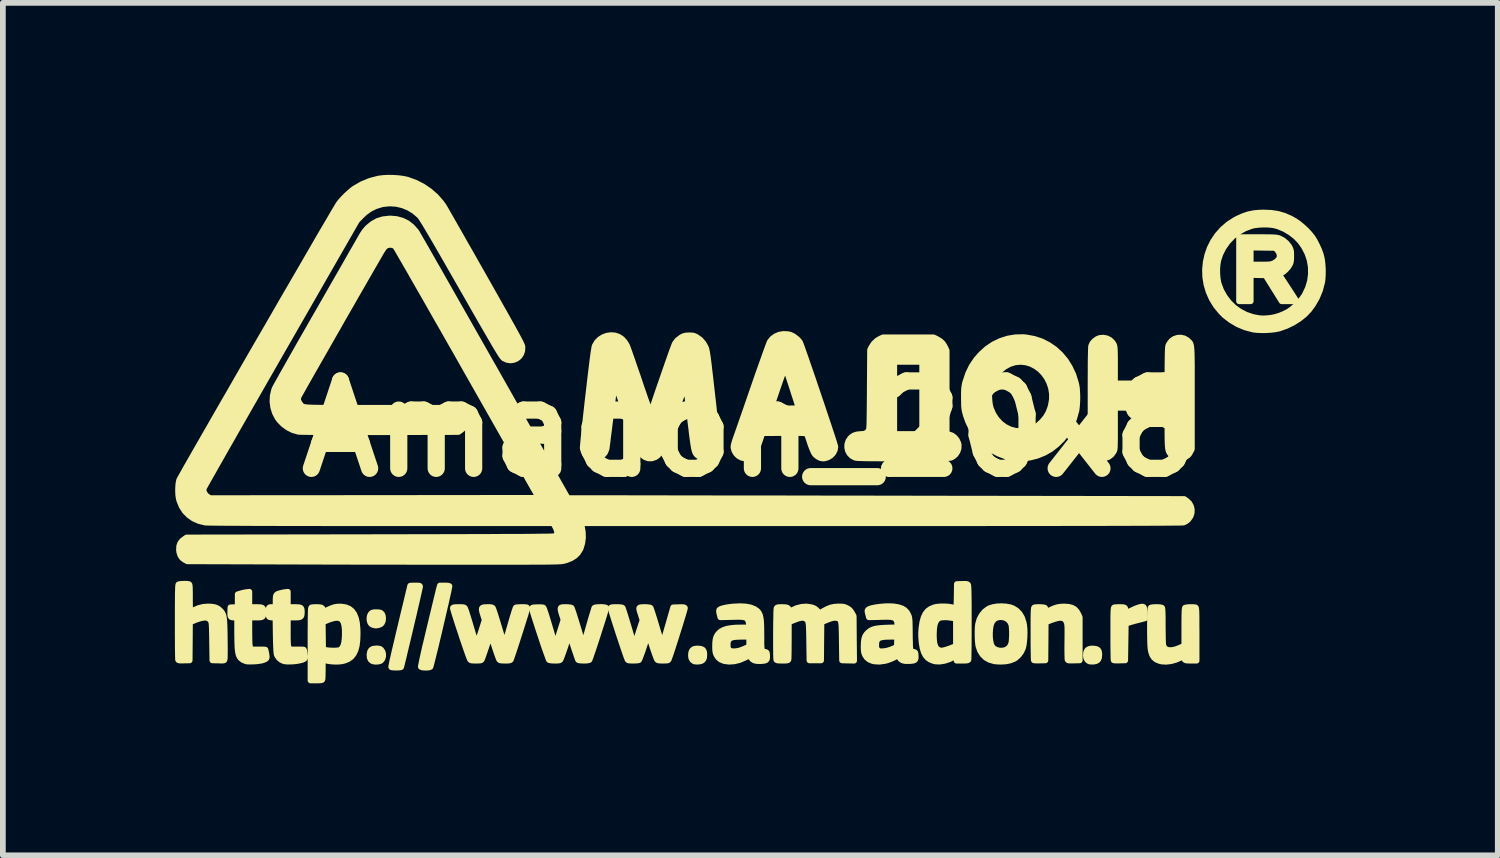
<source format=kicad_pcb>
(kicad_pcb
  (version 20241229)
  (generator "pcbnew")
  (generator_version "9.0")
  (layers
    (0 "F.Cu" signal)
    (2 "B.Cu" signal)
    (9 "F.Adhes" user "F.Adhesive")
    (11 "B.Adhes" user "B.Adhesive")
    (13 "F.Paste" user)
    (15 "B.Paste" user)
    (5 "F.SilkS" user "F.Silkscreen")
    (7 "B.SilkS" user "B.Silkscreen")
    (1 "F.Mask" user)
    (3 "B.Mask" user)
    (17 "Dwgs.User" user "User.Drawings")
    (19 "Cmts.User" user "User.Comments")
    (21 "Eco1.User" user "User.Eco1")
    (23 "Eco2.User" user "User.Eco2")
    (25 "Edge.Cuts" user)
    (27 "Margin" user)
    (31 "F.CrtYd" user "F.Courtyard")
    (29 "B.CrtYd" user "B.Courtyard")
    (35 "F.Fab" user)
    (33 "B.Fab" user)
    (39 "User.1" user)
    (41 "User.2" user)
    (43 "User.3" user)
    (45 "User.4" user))
  (footprint "Amadon_20x8"
    (layer "F.Cu")
    (at 10.037 4.429)
    (property "Reference" "Amadon_20x8" (at 0 0 0) (layer "F.SilkS") (effects (font (size 1.524 1.524) (thickness 0.3))))
    (attr exclude_from_pos_files exclude_from_bom)
    (fp_poly (pts (xy -0.803 3.943) (xy -0.807 3.994) (xy -0.823 4.028) (xy -0.852 4.05) (xy -0.896 4.06) (xy -0.905 4.06) (xy -0.94 4.061) (xy -0.97 4.058) (xy -0.982 4.054) (xy -1.013 4.031) (xy -1.032 3.992) (xy -1.036 3.95) (xy -1.031 3.899) (xy -1.014 3.862) (xy -0.985 3.841) (xy -0.94 3.832) (xy -0.897 3.833) (xy -0.853 3.84) (xy -0.825 3.856) (xy -0.809 3.884) (xy -0.803 3.926) (xy -0.803 3.943)) (stroke (width 0.1) (type solid)) (fill yes) (layer "F.SilkS"))
    (fp_poly (pts (xy 6.086 3.943) (xy 6.081 3.994) (xy 6.065 4.028) (xy 6.036 4.05) (xy 5.993 4.06) (xy 5.983 4.06) (xy 5.948 4.061) (xy 5.918 4.058) (xy 5.907 4.054) (xy 5.875 4.031) (xy 5.857 3.992) (xy 5.852 3.95) (xy 5.857 3.899) (xy 5.874 3.862) (xy 5.904 3.841) (xy 5.948 3.832) (xy 5.991 3.833) (xy 6.035 3.84) (xy 6.064 3.856) (xy 6.08 3.884) (xy 6.086 3.926) (xy 6.086 3.943)) (stroke (width 0.1) (type solid)) (fill yes) (layer "F.SilkS"))
    (fp_poly (pts (xy -6.404 3.93) (xy -6.405 3.974) (xy -6.418 4.013) (xy -6.441 4.042) (xy -6.451 4.049) (xy -6.489 4.06) (xy -6.534 4.063) (xy -6.576 4.057) (xy -6.594 4.051) (xy -6.623 4.027) (xy -6.639 3.99) (xy -6.642 3.939) (xy -6.642 3.933) (xy -6.633 3.886) (xy -6.614 3.855) (xy -6.582 3.837) (xy -6.534 3.831) (xy -6.522 3.83) (xy -6.484 3.832) (xy -6.46 3.838) (xy -6.442 3.85) (xy -6.437 3.855) (xy -6.414 3.889) (xy -6.404 3.93)) (stroke (width 0.1) (type solid)) (fill yes) (layer "F.SilkS"))
    (fp_poly (pts (xy -6.405 3.307) (xy -6.409 3.348) (xy -6.423 3.383) (xy -6.441 3.405) (xy -6.468 3.418) (xy -6.501 3.428) (xy -6.532 3.431) (xy -6.548 3.429) (xy -6.565 3.425) (xy -6.586 3.42) (xy -6.613 3.404) (xy -6.632 3.376) (xy -6.642 3.338) (xy -6.643 3.298) (xy -6.636 3.259) (xy -6.62 3.227) (xy -6.595 3.206) (xy -6.587 3.204) (xy -6.551 3.198) (xy -6.509 3.198) (xy -6.47 3.202) (xy -6.443 3.21) (xy -6.422 3.232) (xy -6.409 3.266) (xy -6.405 3.307)) (stroke (width 0.1) (type solid)) (fill yes) (layer "F.SilkS"))
    (fp_poly (pts (xy -5.248 2.743) (xy -5.249 2.754) (xy -5.255 2.783) (xy -5.264 2.829) (xy -5.277 2.888) (xy -5.293 2.959) (xy -5.311 3.04) (xy -5.332 3.129) (xy -5.354 3.224) (xy -5.377 3.324) (xy -5.401 3.426) (xy -5.425 3.529) (xy -5.449 3.63) (xy -5.472 3.727) (xy -5.494 3.819) (xy -5.515 3.904) (xy -5.534 3.979) (xy -5.55 4.044) (xy -5.563 4.095) (xy -5.573 4.131) (xy -5.579 4.15) (xy -5.58 4.153) (xy -5.596 4.16) (xy -5.624 4.165) (xy -5.66 4.166) (xy -5.695 4.165) (xy -5.726 4.161) (xy -5.744 4.154) (xy -5.747 4.151) (xy -5.746 4.138) (xy -5.74 4.108) (xy -5.731 4.063) (xy -5.719 4.005) (xy -5.704 3.937) (xy -5.687 3.862) (xy -5.676 3.813) (xy -5.651 3.71) (xy -5.626 3.603) (xy -5.6 3.495) (xy -5.574 3.387) (xy -5.549 3.281) (xy -5.524 3.18) (xy -5.502 3.086) (xy -5.481 3) (xy -5.463 2.925) (xy -5.447 2.862) (xy -5.436 2.814) (xy -5.428 2.783) (xy -5.426 2.775) (xy -5.414 2.733) (xy -5.334 2.733) (xy -5.296 2.734) (xy -5.266 2.737) (xy -5.249 2.742) (xy -5.248 2.743)) (stroke (width 0.1) (type solid)) (fill yes) (layer "F.SilkS"))
    (fp_poly (pts (xy 6.883 3.306) (xy 6.756 3.339) (xy 6.704 3.352) (xy 6.655 3.366) (xy 6.615 3.378) (xy 6.589 3.386) (xy 6.589 3.386) (xy 6.548 3.401) (xy 6.543 3.72) (xy 6.538 4.039) (xy 6.441 4.041) (xy 6.398 4.042) (xy 6.364 4.041) (xy 6.342 4.039) (xy 6.337 4.037) (xy 6.335 4.026) (xy 6.334 3.996) (xy 6.333 3.951) (xy 6.332 3.891) (xy 6.331 3.819) (xy 6.33 3.737) (xy 6.33 3.648) (xy 6.33 3.576) (xy 6.33 3.467) (xy 6.33 3.377) (xy 6.33 3.303) (xy 6.331 3.245) (xy 6.332 3.2) (xy 6.334 3.167) (xy 6.336 3.144) (xy 6.338 3.128) (xy 6.341 3.12) (xy 6.345 3.116) (xy 6.346 3.115) (xy 6.363 3.112) (xy 6.395 3.11) (xy 6.434 3.109) (xy 6.436 3.109) (xy 6.484 3.11) (xy 6.515 3.113) (xy 6.532 3.121) (xy 6.541 3.136) (xy 6.543 3.161) (xy 6.543 3.177) (xy 6.543 3.232) (xy 6.589 3.2) (xy 6.63 3.176) (xy 6.681 3.151) (xy 6.734 3.128) (xy 6.784 3.111) (xy 6.818 3.103) (xy 6.842 3.101) (xy 6.858 3.107) (xy 6.869 3.124) (xy 6.875 3.154) (xy 6.879 3.2) (xy 6.88 3.22) (xy 6.883 3.306)) (stroke (width 0.1) (type solid)) (fill yes) (layer "F.SilkS"))
    (fp_poly (pts (xy -5.761 2.753) (xy -5.763 2.766) (xy -5.77 2.797) (xy -5.78 2.843) (xy -5.794 2.904) (xy -5.81 2.976) (xy -5.829 3.058) (xy -5.85 3.148) (xy -5.872 3.244) (xy -5.896 3.344) (xy -5.92 3.446) (xy -5.944 3.548) (xy -5.968 3.649) (xy -5.991 3.746) (xy -6.013 3.837) (xy -6.033 3.92) (xy -6.05 3.994) (xy -6.066 4.057) (xy -6.078 4.106) (xy -6.086 4.139) (xy -6.091 4.155) (xy -6.091 4.156) (xy -6.104 4.161) (xy -6.13 4.164) (xy -6.165 4.165) (xy -6.202 4.165) (xy -6.234 4.163) (xy -6.257 4.16) (xy -6.263 4.156) (xy -6.263 4.15) (xy -6.261 4.135) (xy -6.256 4.109) (xy -6.249 4.073) (xy -6.239 4.025) (xy -6.225 3.965) (xy -6.208 3.89) (xy -6.187 3.802) (xy -6.162 3.697) (xy -6.134 3.577) (xy -6.101 3.439) (xy -6.064 3.283) (xy -6.036 3.166) (xy -6.014 3.077) (xy -5.994 2.993) (xy -5.976 2.918) (xy -5.961 2.853) (xy -5.948 2.801) (xy -5.939 2.763) (xy -5.934 2.741) (xy -5.933 2.737) (xy -5.924 2.735) (xy -5.899 2.734) (xy -5.863 2.733) (xy -5.847 2.733) (xy -5.805 2.733) (xy -5.779 2.735) (xy -5.766 2.739) (xy -5.761 2.747) (xy -5.761 2.753)) (stroke (width 0.1) (type solid)) (fill yes) (layer "F.SilkS"))
    (fp_poly (pts (xy 9.517 -2.239) (xy 9.516 -2.233) (xy 9.506 -2.229) (xy 9.483 -2.227) (xy 9.446 -2.225) (xy 9.395 -2.225) (xy 9.267 -2.225) (xy 9.126 -2.451) (xy 8.985 -2.677) (xy 8.856 -2.68) (xy 8.727 -2.683) (xy 8.727 -2.454) (xy 8.727 -2.225) (xy 8.626 -2.225) (xy 8.524 -2.225) (xy 8.524 -2.784) (xy 8.524 -3.343) (xy 8.849 -3.343) (xy 8.94 -3.343) (xy 9.013 -3.342) (xy 9.07 -3.342) (xy 9.115 -3.34) (xy 9.149 -3.338) (xy 9.175 -3.336) (xy 9.195 -3.332) (xy 9.212 -3.328) (xy 9.229 -3.322) (xy 9.229 -3.322) (xy 9.292 -3.289) (xy 9.35 -3.241) (xy 9.396 -3.184) (xy 9.406 -3.166) (xy 9.419 -3.139) (xy 9.427 -3.115) (xy 9.432 -3.086) (xy 9.433 -3.048) (xy 9.434 -3.012) (xy 9.433 -2.964) (xy 9.43 -2.929) (xy 9.425 -2.902) (xy 9.416 -2.878) (xy 9.406 -2.859) (xy 9.377 -2.815) (xy 9.339 -2.773) (xy 9.297 -2.737) (xy 9.257 -2.714) (xy 9.251 -2.711) (xy 9.232 -2.705) (xy 9.232 -3.032) (xy 9.219 -3.074) (xy 9.195 -3.113) (xy 9.184 -3.125) (xy 9.153 -3.155) (xy 8.94 -3.158) (xy 8.727 -3.161) (xy 8.727 -3.013) (xy 8.727 -2.865) (xy 8.903 -2.865) (xy 8.967 -2.865) (xy 9.015 -2.866) (xy 9.051 -2.868) (xy 9.077 -2.871) (xy 9.098 -2.877) (xy 9.117 -2.884) (xy 9.13 -2.889) (xy 9.18 -2.921) (xy 9.216 -2.959) (xy 9.232 -2.995) (xy 9.232 -3.032) (xy 9.232 -2.705) (xy 9.218 -2.7) (xy 9.365 -2.476) (xy 9.404 -2.416) (xy 9.44 -2.361) (xy 9.471 -2.313) (xy 9.495 -2.275) (xy 9.511 -2.25) (xy 9.517 -2.239)) (stroke (width 0.1) (type solid)) (fill yes) (layer "F.SilkS"))
    (fp_poly (pts (xy 4.784 3.558) (xy 4.782 3.635) (xy 4.776 3.708) (xy 4.767 3.774) (xy 4.756 3.822) (xy 4.725 3.889) (xy 4.68 3.95) (xy 4.625 3.999) (xy 4.592 4.018) (xy 4.563 4.029) (xy 4.563 3.596) (xy 4.563 3.536) (xy 4.56 3.481) (xy 4.556 3.435) (xy 4.552 3.414) (xy 4.528 3.363) (xy 4.49 3.323) (xy 4.44 3.296) (xy 4.382 3.284) (xy 4.34 3.286) (xy 4.286 3.3) (xy 4.246 3.327) (xy 4.215 3.371) (xy 4.211 3.378) (xy 4.194 3.427) (xy 4.184 3.488) (xy 4.179 3.557) (xy 4.179 3.627) (xy 4.186 3.694) (xy 4.198 3.752) (xy 4.215 3.795) (xy 4.246 3.83) (xy 4.29 3.854) (xy 4.344 3.868) (xy 4.403 3.868) (xy 4.442 3.86) (xy 4.489 3.837) (xy 4.526 3.799) (xy 4.55 3.748) (xy 4.551 3.742) (xy 4.557 3.705) (xy 4.561 3.654) (xy 4.563 3.596) (xy 4.563 4.029) (xy 4.529 4.042) (xy 4.454 4.057) (xy 4.371 4.062) (xy 4.287 4.058) (xy 4.256 4.054) (xy 4.174 4.031) (xy 4.104 3.992) (xy 4.048 3.937) (xy 4.005 3.869) (xy 3.978 3.79) (xy 3.971 3.746) (xy 3.966 3.688) (xy 3.963 3.622) (xy 3.963 3.553) (xy 3.964 3.488) (xy 3.968 3.432) (xy 3.973 3.402) (xy 3.996 3.322) (xy 4.035 3.249) (xy 4.085 3.188) (xy 4.146 3.142) (xy 4.172 3.128) (xy 4.232 3.109) (xy 4.304 3.097) (xy 4.382 3.094) (xy 4.46 3.099) (xy 4.531 3.112) (xy 4.577 3.128) (xy 4.643 3.168) (xy 4.697 3.224) (xy 4.739 3.295) (xy 4.767 3.38) (xy 4.776 3.424) (xy 4.782 3.486) (xy 4.784 3.558)) (stroke (width 0.1) (type solid)) (fill yes) (layer "F.SilkS"))
    (fp_poly (pts (xy 5.745 4.039) (xy 5.642 4.041) (xy 5.595 4.042) (xy 5.565 4.042) (xy 5.547 4.039) (xy 5.537 4.034) (xy 5.533 4.025) (xy 5.532 4.024) (xy 5.531 4.009) (xy 5.53 3.977) (xy 5.529 3.929) (xy 5.528 3.87) (xy 5.528 3.801) (xy 5.529 3.725) (xy 5.529 3.706) (xy 5.53 3.62) (xy 5.53 3.55) (xy 5.53 3.497) (xy 5.529 3.456) (xy 5.527 3.425) (xy 5.524 3.403) (xy 5.521 3.386) (xy 5.516 3.372) (xy 5.514 3.367) (xy 5.493 3.331) (xy 5.465 3.308) (xy 5.428 3.298) (xy 5.381 3.299) (xy 5.321 3.313) (xy 5.246 3.338) (xy 5.231 3.344) (xy 5.151 3.376) (xy 5.149 3.707) (xy 5.146 4.039) (xy 5.049 4.041) (xy 5.006 4.042) (xy 4.972 4.041) (xy 4.95 4.039) (xy 4.945 4.037) (xy 4.943 4.026) (xy 4.942 3.996) (xy 4.941 3.951) (xy 4.94 3.891) (xy 4.939 3.819) (xy 4.938 3.737) (xy 4.938 3.648) (xy 4.938 3.576) (xy 4.938 3.467) (xy 4.938 3.377) (xy 4.938 3.303) (xy 4.939 3.245) (xy 4.94 3.2) (xy 4.942 3.167) (xy 4.944 3.144) (xy 4.946 3.128) (xy 4.949 3.12) (xy 4.953 3.116) (xy 4.954 3.115) (xy 4.976 3.111) (xy 5.01 3.109) (xy 5.049 3.109) (xy 5.087 3.111) (xy 5.119 3.115) (xy 5.137 3.12) (xy 5.139 3.121) (xy 5.147 3.139) (xy 5.151 3.166) (xy 5.151 3.166) (xy 5.151 3.2) (xy 5.22 3.165) (xy 5.289 3.133) (xy 5.351 3.112) (xy 5.413 3.102) (xy 5.472 3.099) (xy 5.548 3.104) (xy 5.609 3.119) (xy 5.657 3.146) (xy 5.694 3.187) (xy 5.719 3.23) (xy 5.745 3.287) (xy 5.745 3.663) (xy 5.745 4.039)) (stroke (width 0.1) (type solid)) (fill yes) (layer "F.SilkS"))
    (fp_poly (pts (xy -8.435 3.987) (xy -8.439 4.001) (xy -8.449 4.012) (xy -8.452 4.014) (xy -8.475 4.027) (xy -8.508 4.038) (xy -8.527 4.043) (xy -8.569 4.05) (xy -8.621 4.056) (xy -8.675 4.059) (xy -8.726 4.06) (xy -8.769 4.059) (xy -8.795 4.055) (xy -8.851 4.032) (xy -8.894 3.998) (xy -8.913 3.97) (xy -8.924 3.945) (xy -8.932 3.914) (xy -8.939 3.875) (xy -8.944 3.825) (xy -8.947 3.763) (xy -8.949 3.686) (xy -8.95 3.591) (xy -8.951 3.543) (xy -8.951 3.292) (xy -8.999 3.292) (xy -9.034 3.29) (xy -9.056 3.284) (xy -9.067 3.27) (xy -9.071 3.243) (xy -9.071 3.2) (xy -9.071 3.194) (xy -9.068 3.114) (xy -9.004 3.111) (xy -8.941 3.108) (xy -8.941 2.997) (xy -8.941 2.886) (xy -8.887 2.87) (xy -8.846 2.859) (xy -8.802 2.85) (xy -8.786 2.848) (xy -8.738 2.842) (xy -8.738 2.975) (xy -8.738 3.109) (xy -8.626 3.109) (xy -8.572 3.11) (xy -8.535 3.113) (xy -8.512 3.121) (xy -8.5 3.136) (xy -8.495 3.161) (xy -8.494 3.197) (xy -8.494 3.2) (xy -8.495 3.238) (xy -8.499 3.263) (xy -8.511 3.279) (xy -8.533 3.288) (xy -8.569 3.291) (xy -8.622 3.292) (xy -8.626 3.292) (xy -8.738 3.292) (xy -8.738 3.535) (xy -8.737 3.622) (xy -8.736 3.69) (xy -8.734 3.743) (xy -8.73 3.782) (xy -8.725 3.809) (xy -8.717 3.828) (xy -8.708 3.84) (xy -8.704 3.843) (xy -8.689 3.846) (xy -8.659 3.848) (xy -8.618 3.849) (xy -8.578 3.849) (xy -8.532 3.848) (xy -8.494 3.849) (xy -8.468 3.85) (xy -8.458 3.852) (xy -8.454 3.865) (xy -8.448 3.892) (xy -8.441 3.927) (xy -8.441 3.928) (xy -8.436 3.965) (xy -8.435 3.987)) (stroke (width 0.1) (type solid)) (fill yes) (layer "F.SilkS"))
    (fp_poly (pts (xy -7.765 3.987) (xy -7.769 4.001) (xy -7.778 4.012) (xy -7.782 4.014) (xy -7.809 4.028) (xy -7.852 4.04) (xy -7.905 4.05) (xy -7.964 4.057) (xy -8.024 4.06) (xy -8.079 4.06) (xy -8.126 4.055) (xy -8.136 4.053) (xy -8.182 4.032) (xy -8.223 3.998) (xy -8.253 3.954) (xy -8.261 3.935) (xy -8.265 3.911) (xy -8.269 3.868) (xy -8.272 3.808) (xy -8.275 3.73) (xy -8.277 3.636) (xy -8.278 3.594) (xy -8.282 3.292) (xy -8.33 3.292) (xy -8.361 3.29) (xy -8.385 3.285) (xy -8.391 3.282) (xy -8.401 3.267) (xy -8.408 3.237) (xy -8.411 3.202) (xy -8.41 3.166) (xy -8.404 3.138) (xy -8.403 3.137) (xy -8.395 3.121) (xy -8.384 3.112) (xy -8.362 3.109) (xy -8.337 3.109) (xy -8.28 3.109) (xy -8.28 3.02) (xy -8.28 2.966) (xy -8.277 2.929) (xy -8.271 2.904) (xy -8.259 2.889) (xy -8.241 2.878) (xy -8.216 2.87) (xy -8.174 2.859) (xy -8.13 2.85) (xy -8.115 2.848) (xy -8.067 2.842) (xy -8.067 2.975) (xy -8.067 3.109) (xy -7.956 3.109) (xy -7.902 3.11) (xy -7.865 3.113) (xy -7.842 3.121) (xy -7.829 3.137) (xy -7.824 3.162) (xy -7.823 3.199) (xy -7.823 3.204) (xy -7.825 3.239) (xy -7.831 3.264) (xy -7.845 3.279) (xy -7.87 3.288) (xy -7.909 3.291) (xy -7.961 3.292) (xy -8.067 3.292) (xy -8.067 3.541) (xy -8.067 3.625) (xy -8.066 3.691) (xy -8.064 3.741) (xy -8.061 3.778) (xy -8.056 3.805) (xy -8.05 3.823) (xy -8.042 3.835) (xy -8.033 3.843) (xy -8.018 3.846) (xy -7.988 3.848) (xy -7.947 3.849) (xy -7.907 3.849) (xy -7.861 3.848) (xy -7.823 3.849) (xy -7.797 3.85) (xy -7.788 3.852) (xy -7.783 3.865) (xy -7.777 3.892) (xy -7.771 3.927) (xy -7.771 3.928) (xy -7.766 3.965) (xy -7.765 3.987)) (stroke (width 0.1) (type solid)) (fill yes) (layer "F.SilkS"))
    (fp_poly (pts (xy 7.783 4.044) (xy 7.682 4.044) (xy 7.633 4.043) (xy 7.601 4.04) (xy 7.582 4.033) (xy 7.572 4.021) (xy 7.569 4) (xy 7.569 3.986) (xy 7.567 3.968) (xy 7.562 3.964) (xy 7.549 3.97) (xy 7.525 3.983) (xy 7.503 3.994) (xy 7.421 4.03) (xy 7.336 4.053) (xy 7.253 4.063) (xy 7.177 4.059) (xy 7.136 4.049) (xy 7.079 4.025) (xy 7.037 3.99) (xy 7.007 3.942) (xy 6.987 3.879) (xy 6.98 3.838) (xy 6.977 3.804) (xy 6.974 3.756) (xy 6.972 3.697) (xy 6.971 3.629) (xy 6.97 3.556) (xy 6.97 3.481) (xy 6.97 3.406) (xy 6.971 3.334) (xy 6.972 3.268) (xy 6.974 3.211) (xy 6.976 3.165) (xy 6.979 3.135) (xy 6.982 3.121) (xy 6.982 3.121) (xy 6.999 3.115) (xy 7.034 3.11) (xy 7.082 3.109) (xy 7.13 3.11) (xy 7.164 3.115) (xy 7.181 3.121) (xy 7.185 3.131) (xy 7.188 3.154) (xy 7.19 3.19) (xy 7.192 3.242) (xy 7.193 3.31) (xy 7.193 3.397) (xy 7.193 3.439) (xy 7.194 3.525) (xy 7.195 3.602) (xy 7.196 3.669) (xy 7.198 3.723) (xy 7.201 3.761) (xy 7.204 3.782) (xy 7.224 3.822) (xy 7.258 3.848) (xy 7.304 3.86) (xy 7.361 3.858) (xy 7.428 3.842) (xy 7.504 3.812) (xy 7.527 3.801) (xy 7.569 3.779) (xy 7.569 3.456) (xy 7.569 3.359) (xy 7.57 3.28) (xy 7.571 3.219) (xy 7.573 3.174) (xy 7.576 3.143) (xy 7.579 3.126) (xy 7.581 3.121) (xy 7.597 3.116) (xy 7.626 3.112) (xy 7.664 3.109) (xy 7.703 3.109) (xy 7.738 3.11) (xy 7.763 3.114) (xy 7.766 3.115) (xy 7.77 3.118) (xy 7.773 3.126) (xy 7.776 3.139) (xy 7.778 3.16) (xy 7.78 3.191) (xy 7.781 3.233) (xy 7.782 3.287) (xy 7.782 3.356) (xy 7.782 3.442) (xy 7.783 3.546) (xy 7.783 3.582) (xy 7.783 4.044)) (stroke (width 0.1) (type solid)) (fill yes) (layer "F.SilkS"))
    (fp_poly (pts (xy -6.849 3.571) (xy -6.853 3.686) (xy -6.865 3.783) (xy -6.887 3.863) (xy -6.919 3.928) (xy -6.961 3.98) (xy -7.014 4.018) (xy -7.073 4.042) (xy -7.073 3.511) (xy -7.081 3.433) (xy -7.096 3.374) (xy -7.121 3.332) (xy -7.155 3.307) (xy -7.201 3.297) (xy -7.258 3.302) (xy -7.328 3.322) (xy -7.397 3.349) (xy -7.458 3.376) (xy -7.455 3.611) (xy -7.452 3.845) (xy -7.402 3.858) (xy -7.367 3.863) (xy -7.321 3.867) (xy -7.272 3.868) (xy -7.258 3.868) (xy -7.211 3.866) (xy -7.179 3.863) (xy -7.158 3.856) (xy -7.143 3.847) (xy -7.142 3.846) (xy -7.116 3.816) (xy -7.098 3.779) (xy -7.085 3.731) (xy -7.077 3.668) (xy -7.073 3.606) (xy -7.073 3.511) (xy -7.073 4.042) (xy -7.079 4.044) (xy -7.121 4.054) (xy -7.178 4.061) (xy -7.246 4.062) (xy -7.316 4.057) (xy -7.379 4.047) (xy -7.409 4.04) (xy -7.457 4.025) (xy -7.457 4.191) (xy -7.458 4.248) (xy -7.459 4.299) (xy -7.46 4.339) (xy -7.462 4.365) (xy -7.464 4.373) (xy -7.47 4.381) (xy -7.485 4.385) (xy -7.511 4.388) (xy -7.553 4.389) (xy -7.57 4.389) (xy -7.671 4.389) (xy -7.671 3.755) (xy -7.671 3.625) (xy -7.671 3.514) (xy -7.67 3.42) (xy -7.67 3.342) (xy -7.669 3.279) (xy -7.668 3.228) (xy -7.667 3.189) (xy -7.666 3.16) (xy -7.664 3.14) (xy -7.661 3.126) (xy -7.659 3.119) (xy -7.655 3.115) (xy -7.655 3.115) (xy -7.637 3.112) (xy -7.606 3.11) (xy -7.566 3.109) (xy -7.559 3.109) (xy -7.512 3.111) (xy -7.482 3.117) (xy -7.465 3.13) (xy -7.458 3.153) (xy -7.457 3.174) (xy -7.457 3.2) (xy -7.379 3.16) (xy -7.312 3.13) (xy -7.255 3.11) (xy -7.2 3.101) (xy -7.142 3.1) (xy -7.129 3.101) (xy -7.058 3.112) (xy -6.997 3.137) (xy -6.948 3.176) (xy -6.909 3.23) (xy -6.88 3.3) (xy -6.861 3.386) (xy -6.851 3.489) (xy -6.849 3.571)) (stroke (width 0.1) (type solid)) (fill yes) (layer "F.SilkS"))
    (fp_poly (pts (xy 3.634 0.282) (xy 3.632 0.341) (xy 3.613 0.398) (xy 3.579 0.449) (xy 3.532 0.488) (xy 3.51 0.499) (xy 3.502 0.503) (xy 3.492 0.506) (xy 3.479 0.508) (xy 3.461 0.51) (xy 3.437 0.512) (xy 3.407 0.514) (xy 3.367 0.515) (xy 3.318 0.516) (xy 3.257 0.516) (xy 3.183 0.517) (xy 3.095 0.517) (xy 2.997 0.517) (xy 2.997 0.091) (xy 2.997 -0.538) (xy 2.997 -1.168) (xy 2.753 -1.168) (xy 2.51 -1.168) (xy 2.51 -0.538) (xy 2.51 0.091) (xy 2.753 0.091) (xy 2.997 0.091) (xy 2.997 0.517) (xy 2.991 0.517) (xy 2.871 0.517) (xy 2.732 0.518) (xy 2.667 0.517) (xy 2.515 0.517) (xy 2.383 0.517) (xy 2.268 0.517) (xy 2.169 0.516) (xy 2.086 0.516) (xy 2.017 0.515) (xy 1.961 0.514) (xy 1.916 0.512) (xy 1.882 0.511) (xy 1.856 0.509) (xy 1.838 0.506) (xy 1.826 0.504) (xy 1.825 0.503) (xy 1.771 0.474) (xy 1.73 0.433) (xy 1.702 0.382) (xy 1.689 0.327) (xy 1.691 0.269) (xy 1.709 0.213) (xy 1.743 0.163) (xy 1.761 0.145) (xy 1.806 0.115) (xy 1.859 0.098) (xy 1.925 0.091) (xy 1.93 0.091) (xy 1.982 0.087) (xy 2.02 0.073) (xy 2.05 0.046) (xy 2.056 0.037) (xy 2.061 0.031) (xy 2.064 0.024) (xy 2.067 0.015) (xy 2.07 0.002) (xy 2.072 -0.017) (xy 2.074 -0.042) (xy 2.076 -0.076) (xy 2.077 -0.119) (xy 2.078 -0.174) (xy 2.079 -0.241) (xy 2.08 -0.323) (xy 2.081 -0.421) (xy 2.082 -0.535) (xy 2.083 -0.669) (xy 2.083 -0.684) (xy 2.088 -1.377) (xy 2.111 -1.423) (xy 2.152 -1.486) (xy 2.208 -1.539) (xy 2.261 -1.571) (xy 2.311 -1.595) (xy 2.754 -1.595) (xy 3.197 -1.595) (xy 3.259 -1.564) (xy 3.315 -1.53) (xy 3.357 -1.49) (xy 3.391 -1.436) (xy 3.4 -1.417) (xy 3.424 -1.367) (xy 3.424 -0.638) (xy 3.424 0.09) (xy 3.465 0.097) (xy 3.517 0.115) (xy 3.564 0.15) (xy 3.602 0.196) (xy 3.627 0.251) (xy 3.634 0.282)) (stroke (width 0.1) (type solid)) (fill yes) (layer "F.SilkS"))
    (fp_poly (pts (xy -9.165 3.881) (xy -9.166 3.939) (xy -9.166 3.983) (xy -9.168 4.01) (xy -9.169 4.019) (xy -9.172 4.03) (xy -9.178 4.038) (xy -9.191 4.041) (xy -9.214 4.043) (xy -9.252 4.042) (xy -9.279 4.041) (xy -9.383 4.039) (xy -9.388 3.708) (xy -9.389 3.617) (xy -9.391 3.544) (xy -9.392 3.487) (xy -9.394 3.443) (xy -9.396 3.41) (xy -9.399 3.386) (xy -9.403 3.369) (xy -9.407 3.356) (xy -9.413 3.345) (xy -9.414 3.343) (xy -9.44 3.313) (xy -9.477 3.296) (xy -9.526 3.294) (xy -9.587 3.305) (xy -9.662 3.329) (xy -9.696 3.343) (xy -9.774 3.375) (xy -9.776 3.707) (xy -9.779 4.039) (xy -9.877 4.041) (xy -9.923 4.042) (xy -9.953 4.041) (xy -9.971 4.038) (xy -9.979 4.032) (xy -9.981 4.028) (xy -9.982 4.015) (xy -9.983 3.984) (xy -9.984 3.936) (xy -9.985 3.873) (xy -9.986 3.796) (xy -9.986 3.708) (xy -9.987 3.611) (xy -9.987 3.505) (xy -9.987 3.394) (xy -9.987 3.369) (xy -9.987 3.231) (xy -9.987 3.112) (xy -9.986 3.01) (xy -9.986 2.926) (xy -9.985 2.858) (xy -9.983 2.804) (xy -9.982 2.764) (xy -9.98 2.737) (xy -9.977 2.72) (xy -9.975 2.715) (xy -9.96 2.709) (xy -9.93 2.705) (xy -9.893 2.703) (xy -9.853 2.702) (xy -9.818 2.704) (xy -9.793 2.708) (xy -9.79 2.709) (xy -9.785 2.713) (xy -9.781 2.722) (xy -9.778 2.74) (xy -9.776 2.767) (xy -9.775 2.807) (xy -9.774 2.862) (xy -9.774 2.935) (xy -9.774 2.953) (xy -9.774 3.02) (xy -9.773 3.079) (xy -9.772 3.129) (xy -9.771 3.166) (xy -9.77 3.186) (xy -9.769 3.19) (xy -9.757 3.186) (xy -9.734 3.175) (xy -9.705 3.161) (xy -9.621 3.125) (xy -9.54 3.105) (xy -9.456 3.099) (xy -9.389 3.102) (xy -9.336 3.112) (xy -9.293 3.13) (xy -9.255 3.159) (xy -9.25 3.165) (xy -9.23 3.184) (xy -9.215 3.203) (xy -9.202 3.225) (xy -9.192 3.251) (xy -9.184 3.283) (xy -9.178 3.324) (xy -9.174 3.376) (xy -9.171 3.441) (xy -9.169 3.521) (xy -9.167 3.619) (xy -9.167 3.655) (xy -9.166 3.737) (xy -9.165 3.813) (xy -9.165 3.881)) (stroke (width 0.1) (type solid)) (fill yes) (layer "F.SilkS"))
    (fp_poly (pts (xy 3.81 3.374) (xy 3.81 3.487) (xy 3.81 3.593) (xy 3.809 3.692) (xy 3.809 3.781) (xy 3.808 3.86) (xy 3.807 3.925) (xy 3.806 3.976) (xy 3.805 4.011) (xy 3.804 4.027) (xy 3.804 4.028) (xy 3.797 4.035) (xy 3.783 4.04) (xy 3.756 4.043) (xy 3.714 4.044) (xy 3.697 4.044) (xy 3.597 4.044) (xy 3.597 3.998) (xy 3.597 3.953) (xy 3.586 3.959) (xy 3.586 3.788) (xy 3.586 3.551) (xy 3.586 3.314) (xy 3.528 3.301) (xy 3.474 3.293) (xy 3.417 3.288) (xy 3.363 3.289) (xy 3.318 3.294) (xy 3.294 3.301) (xy 3.261 3.324) (xy 3.235 3.361) (xy 3.216 3.414) (xy 3.205 3.484) (xy 3.201 3.572) (xy 3.2 3.592) (xy 3.203 3.676) (xy 3.211 3.743) (xy 3.226 3.793) (xy 3.247 3.829) (xy 3.275 3.852) (xy 3.295 3.86) (xy 3.319 3.866) (xy 3.334 3.869) (xy 3.351 3.867) (xy 3.377 3.861) (xy 3.382 3.86) (xy 3.413 3.852) (xy 3.455 3.838) (xy 3.499 3.822) (xy 3.506 3.819) (xy 3.586 3.788) (xy 3.586 3.959) (xy 3.548 3.981) (xy 3.468 4.021) (xy 3.387 4.047) (xy 3.307 4.06) (xy 3.234 4.058) (xy 3.2 4.051) (xy 3.14 4.028) (xy 3.092 3.996) (xy 3.054 3.952) (xy 3.025 3.895) (xy 3.003 3.823) (xy 2.988 3.733) (xy 2.985 3.7) (xy 2.979 3.622) (xy 2.979 3.55) (xy 2.985 3.472) (xy 2.985 3.469) (xy 3 3.371) (xy 3.022 3.291) (xy 3.052 3.227) (xy 3.092 3.177) (xy 3.143 3.14) (xy 3.205 3.114) (xy 3.211 3.112) (xy 3.262 3.102) (xy 3.326 3.097) (xy 3.396 3.097) (xy 3.462 3.102) (xy 3.52 3.112) (xy 3.522 3.113) (xy 3.555 3.121) (xy 3.58 3.127) (xy 3.59 3.129) (xy 3.592 3.12) (xy 3.594 3.093) (xy 3.596 3.051) (xy 3.597 2.999) (xy 3.599 2.937) (xy 3.599 2.918) (xy 3.602 2.708) (xy 3.693 2.705) (xy 3.738 2.704) (xy 3.767 2.705) (xy 3.785 2.709) (xy 3.795 2.717) (xy 3.797 2.719) (xy 3.8 2.727) (xy 3.802 2.744) (xy 3.804 2.77) (xy 3.806 2.808) (xy 3.807 2.858) (xy 3.808 2.921) (xy 3.809 3) (xy 3.81 3.095) (xy 3.81 3.207) (xy 3.81 3.338) (xy 3.81 3.374)) (stroke (width 0.1) (type solid)) (fill yes) (layer "F.SilkS"))
    (fp_poly (pts (xy 5.704 -0.555) (xy 5.702 -0.474) (xy 5.697 -0.396) (xy 5.689 -0.331) (xy 5.686 -0.315) (xy 5.647 -0.175) (xy 5.592 -0.046) (xy 5.522 0.073) (xy 5.44 0.18) (xy 5.345 0.274) (xy 5.26 0.34) (xy 5.26 -0.514) (xy 5.26 -0.615) (xy 5.244 -0.713) (xy 5.213 -0.806) (xy 5.17 -0.891) (xy 5.115 -0.968) (xy 5.05 -1.035) (xy 4.975 -1.09) (xy 4.894 -1.132) (xy 4.806 -1.158) (xy 4.713 -1.168) (xy 4.618 -1.159) (xy 4.611 -1.157) (xy 4.52 -1.128) (xy 4.435 -1.081) (xy 4.358 -1.019) (xy 4.291 -0.943) (xy 4.235 -0.856) (xy 4.194 -0.759) (xy 4.18 -0.711) (xy 4.17 -0.649) (xy 4.166 -0.575) (xy 4.17 -0.497) (xy 4.179 -0.422) (xy 4.194 -0.359) (xy 4.195 -0.356) (xy 4.239 -0.255) (xy 4.296 -0.168) (xy 4.365 -0.093) (xy 4.444 -0.034) (xy 4.531 0.009) (xy 4.624 0.034) (xy 4.704 0.04) (xy 4.752 0.039) (xy 4.8 0.034) (xy 4.838 0.028) (xy 4.843 0.027) (xy 4.933 -0.008) (xy 5.018 -0.062) (xy 5.089 -0.127) (xy 5.15 -0.2) (xy 5.196 -0.278) (xy 5.23 -0.366) (xy 5.242 -0.411) (xy 5.26 -0.514) (xy 5.26 0.34) (xy 5.241 0.355) (xy 5.127 0.42) (xy 5.006 0.469) (xy 4.878 0.502) (xy 4.746 0.517) (xy 4.61 0.512) (xy 4.569 0.507) (xy 4.447 0.479) (xy 4.326 0.433) (xy 4.21 0.371) (xy 4.102 0.294) (xy 4.005 0.205) (xy 3.957 0.149) (xy 3.899 0.068) (xy 3.845 -0.027) (xy 3.797 -0.128) (xy 3.761 -0.228) (xy 3.752 -0.259) (xy 3.742 -0.298) (xy 3.735 -0.332) (xy 3.73 -0.366) (xy 3.727 -0.405) (xy 3.726 -0.452) (xy 3.725 -0.514) (xy 3.725 -0.544) (xy 3.725 -0.612) (xy 3.726 -0.664) (xy 3.729 -0.706) (xy 3.733 -0.741) (xy 3.739 -0.774) (xy 3.747 -0.809) (xy 3.752 -0.825) (xy 3.799 -0.965) (xy 3.861 -1.093) (xy 3.941 -1.211) (xy 4.023 -1.304) (xy 4.127 -1.398) (xy 4.24 -1.474) (xy 4.362 -1.533) (xy 4.49 -1.574) (xy 4.623 -1.596) (xy 4.759 -1.599) (xy 4.813 -1.594) (xy 4.95 -1.569) (xy 5.08 -1.526) (xy 5.2 -1.465) (xy 5.311 -1.389) (xy 5.411 -1.297) (xy 5.499 -1.192) (xy 5.573 -1.073) (xy 5.634 -0.943) (xy 5.678 -0.801) (xy 5.686 -0.768) (xy 5.696 -0.709) (xy 5.701 -0.636) (xy 5.704 -0.555)) (stroke (width 0.1) (type solid)) (fill yes) (layer "F.SilkS"))
    (fp_poly (pts (xy 1.81 4.044) (xy 1.705 4.042) (xy 1.6 4.039) (xy 1.595 3.703) (xy 1.594 3.605) (xy 1.592 3.525) (xy 1.59 3.462) (xy 1.587 3.413) (xy 1.582 3.376) (xy 1.576 3.35) (xy 1.568 3.331) (xy 1.557 3.319) (xy 1.543 3.311) (xy 1.525 3.305) (xy 1.514 3.302) (xy 1.485 3.297) (xy 1.454 3.298) (xy 1.417 3.306) (xy 1.369 3.322) (xy 1.313 3.344) (xy 1.24 3.375) (xy 1.237 3.707) (xy 1.234 4.039) (xy 1.133 4.039) (xy 1.031 4.039) (xy 1.026 3.708) (xy 1.025 3.614) (xy 1.023 3.539) (xy 1.021 3.479) (xy 1.019 3.432) (xy 1.015 3.398) (xy 1.011 3.372) (xy 1.005 3.354) (xy 0.997 3.34) (xy 0.988 3.329) (xy 0.979 3.321) (xy 0.951 3.304) (xy 0.917 3.296) (xy 0.875 3.3) (xy 0.823 3.314) (xy 0.756 3.34) (xy 0.744 3.344) (xy 0.671 3.376) (xy 0.671 3.694) (xy 0.67 3.773) (xy 0.67 3.845) (xy 0.669 3.91) (xy 0.668 3.962) (xy 0.667 4.001) (xy 0.665 4.024) (xy 0.664 4.028) (xy 0.658 4.035) (xy 0.643 4.04) (xy 0.616 4.043) (xy 0.574 4.044) (xy 0.559 4.044) (xy 0.511 4.043) (xy 0.481 4.041) (xy 0.463 4.037) (xy 0.454 4.03) (xy 0.453 4.028) (xy 0.451 4.012) (xy 0.45 3.98) (xy 0.448 3.932) (xy 0.448 3.872) (xy 0.447 3.802) (xy 0.447 3.725) (xy 0.447 3.644) (xy 0.447 3.56) (xy 0.448 3.477) (xy 0.448 3.397) (xy 0.45 3.323) (xy 0.451 3.257) (xy 0.452 3.202) (xy 0.454 3.16) (xy 0.456 3.135) (xy 0.458 3.129) (xy 0.465 3.119) (xy 0.479 3.113) (xy 0.503 3.11) (xy 0.541 3.109) (xy 0.553 3.109) (xy 0.605 3.111) (xy 0.64 3.117) (xy 0.66 3.13) (xy 0.669 3.15) (xy 0.671 3.166) (xy 0.672 3.182) (xy 0.677 3.188) (xy 0.691 3.184) (xy 0.718 3.169) (xy 0.725 3.165) (xy 0.807 3.127) (xy 0.893 3.105) (xy 0.979 3.099) (xy 1.06 3.111) (xy 1.073 3.114) (xy 1.119 3.132) (xy 1.154 3.158) (xy 1.184 3.191) (xy 1.205 3.218) (xy 1.277 3.175) (xy 1.344 3.14) (xy 1.404 3.116) (xy 1.463 3.104) (xy 1.53 3.099) (xy 1.544 3.099) (xy 1.591 3.1) (xy 1.625 3.103) (xy 1.652 3.111) (xy 1.681 3.124) (xy 1.687 3.127) (xy 1.724 3.15) (xy 1.751 3.178) (xy 1.772 3.211) (xy 1.803 3.266) (xy 1.806 3.655) (xy 1.81 4.044)) (stroke (width 0.1) (type solid)) (fill yes) (layer "F.SilkS"))
    (fp_poly (pts (xy 0.293 3.997) (xy 0.286 4.022) (xy 0.27 4.038) (xy 0.242 4.046) (xy 0.196 4.051) (xy 0.185 4.052) (xy 0.121 4.051) (xy 0.072 4.042) (xy 0.036 4.021) (xy 0.009 3.989) (xy 0.009 3.988) (xy -0.006 3.966) (xy -0.017 3.955) (xy -0.019 3.954) (xy -0.02 3.955) (xy -0.02 3.797) (xy -0.02 3.712) (xy -0.02 3.627) (xy -0.158 3.627) (xy -0.235 3.629) (xy -0.294 3.635) (xy -0.337 3.647) (xy -0.366 3.667) (xy -0.385 3.695) (xy -0.394 3.734) (xy -0.396 3.78) (xy -0.39 3.826) (xy -0.372 3.858) (xy -0.34 3.876) (xy -0.292 3.881) (xy -0.25 3.878) (xy -0.207 3.871) (xy -0.192 3.868) (xy -0.158 3.856) (xy -0.116 3.84) (xy -0.084 3.826) (xy -0.02 3.797) (xy -0.02 3.955) (xy -0.03 3.96) (xy -0.055 3.973) (xy -0.089 3.99) (xy -0.1 3.996) (xy -0.19 4.034) (xy -0.281 4.056) (xy -0.369 4.062) (xy -0.451 4.052) (xy -0.458 4.05) (xy -0.517 4.026) (xy -0.561 3.99) (xy -0.591 3.945) (xy -0.602 3.919) (xy -0.609 3.893) (xy -0.613 3.862) (xy -0.615 3.818) (xy -0.615 3.79) (xy -0.613 3.722) (xy -0.606 3.67) (xy -0.594 3.629) (xy -0.574 3.593) (xy -0.552 3.566) (xy -0.515 3.533) (xy -0.469 3.507) (xy -0.412 3.488) (xy -0.341 3.475) (xy -0.255 3.467) (xy -0.151 3.465) (xy -0.148 3.465) (xy -0.018 3.465) (xy -0.024 3.408) (xy -0.032 3.364) (xy -0.044 3.331) (xy -0.064 3.307) (xy -0.094 3.291) (xy -0.137 3.283) (xy -0.195 3.28) (xy -0.264 3.281) (xy -0.321 3.282) (xy -0.378 3.284) (xy -0.426 3.285) (xy -0.461 3.286) (xy -0.462 3.286) (xy -0.523 3.287) (xy -0.538 3.229) (xy -0.546 3.193) (xy -0.546 3.171) (xy -0.541 3.157) (xy -0.54 3.157) (xy -0.518 3.142) (xy -0.479 3.129) (xy -0.424 3.116) (xy -0.357 3.106) (xy -0.292 3.099) (xy -0.179 3.094) (xy -0.08 3.099) (xy 0.003 3.115) (xy 0.07 3.141) (xy 0.121 3.176) (xy 0.138 3.195) (xy 0.153 3.219) (xy 0.166 3.246) (xy 0.175 3.279) (xy 0.183 3.321) (xy 0.188 3.374) (xy 0.191 3.44) (xy 0.192 3.522) (xy 0.193 3.608) (xy 0.193 3.689) (xy 0.193 3.752) (xy 0.195 3.799) (xy 0.198 3.833) (xy 0.203 3.857) (xy 0.211 3.872) (xy 0.221 3.881) (xy 0.236 3.886) (xy 0.254 3.89) (xy 0.257 3.89) (xy 0.275 3.895) (xy 0.285 3.903) (xy 0.29 3.92) (xy 0.292 3.951) (xy 0.293 3.959) (xy 0.293 3.997)) (stroke (width 0.1) (type solid)) (fill yes) (layer "F.SilkS"))
    (fp_poly (pts (xy -2.514 3.123) (xy -2.516 3.134) (xy -2.524 3.163) (xy -2.536 3.207) (xy -2.553 3.262) (xy -2.573 3.328) (xy -2.596 3.401) (xy -2.621 3.479) (xy -2.647 3.56) (xy -2.673 3.642) (xy -2.699 3.721) (xy -2.724 3.797) (xy -2.747 3.866) (xy -2.768 3.926) (xy -2.784 3.974) (xy -2.797 4.009) (xy -2.805 4.029) (xy -2.806 4.031) (xy -2.824 4.038) (xy -2.861 4.043) (xy -2.906 4.044) (xy -2.958 4.042) (xy -2.991 4.038) (xy -3.004 4.031) (xy -3.01 4.018) (xy -3.02 3.989) (xy -3.035 3.946) (xy -3.053 3.892) (xy -3.074 3.831) (xy -3.084 3.8) (xy -3.156 3.581) (xy -3.225 3.79) (xy -3.246 3.853) (xy -3.266 3.91) (xy -3.284 3.959) (xy -3.298 3.996) (xy -3.307 4.017) (xy -3.308 4.021) (xy -3.317 4.032) (xy -3.329 4.039) (xy -3.349 4.042) (xy -3.382 4.044) (xy -3.413 4.044) (xy -3.466 4.042) (xy -3.5 4.037) (xy -3.513 4.031) (xy -3.519 4.017) (xy -3.531 3.986) (xy -3.547 3.941) (xy -3.568 3.884) (xy -3.591 3.818) (xy -3.616 3.744) (xy -3.642 3.665) (xy -3.669 3.584) (xy -3.696 3.503) (xy -3.721 3.425) (xy -3.745 3.351) (xy -3.766 3.285) (xy -3.784 3.228) (xy -3.797 3.183) (xy -3.806 3.152) (xy -3.808 3.138) (xy -3.808 3.138) (xy -3.806 3.127) (xy -3.799 3.119) (xy -3.784 3.115) (xy -3.756 3.113) (xy -3.713 3.111) (xy -3.671 3.111) (xy -3.636 3.113) (xy -3.613 3.116) (xy -3.609 3.118) (xy -3.602 3.129) (xy -3.591 3.158) (xy -3.576 3.201) (xy -3.558 3.255) (xy -3.539 3.318) (xy -3.519 3.384) (xy -3.497 3.458) (xy -3.476 3.528) (xy -3.457 3.593) (xy -3.441 3.648) (xy -3.428 3.69) (xy -3.422 3.712) (xy -3.401 3.782) (xy -3.329 3.557) (xy -3.258 3.331) (xy -3.285 3.248) (xy -3.301 3.195) (xy -3.309 3.158) (xy -3.311 3.134) (xy -3.305 3.12) (xy -3.296 3.115) (xy -3.273 3.11) (xy -3.238 3.109) (xy -3.199 3.109) (xy -3.162 3.112) (xy -3.132 3.116) (xy -3.117 3.122) (xy -3.111 3.135) (xy -3.1 3.165) (xy -3.085 3.209) (xy -3.067 3.266) (xy -3.046 3.333) (xy -3.023 3.407) (xy -3.008 3.456) (xy -2.912 3.777) (xy -2.82 3.456) (xy -2.798 3.378) (xy -2.777 3.306) (xy -2.758 3.243) (xy -2.742 3.19) (xy -2.73 3.151) (xy -2.722 3.127) (xy -2.72 3.122) (xy -2.706 3.115) (xy -2.678 3.111) (xy -2.641 3.109) (xy -2.601 3.108) (xy -2.563 3.11) (xy -2.533 3.114) (xy -2.516 3.12) (xy -2.514 3.123)) (stroke (width 0.1) (type solid)) (fill yes) (layer "F.SilkS"))
    (fp_poly (pts (xy 9.986 -2.77) (xy 9.985 -2.681) (xy 9.979 -2.6) (xy 9.973 -2.557) (xy 9.937 -2.419) (xy 9.882 -2.286) (xy 9.809 -2.16) (xy 9.777 -2.118) (xy 9.777 -2.701) (xy 9.775 -2.824) (xy 9.754 -2.946) (xy 9.714 -3.064) (xy 9.656 -3.176) (xy 9.589 -3.27) (xy 9.513 -3.349) (xy 9.422 -3.42) (xy 9.321 -3.481) (xy 9.215 -3.526) (xy 9.164 -3.542) (xy 9.103 -3.554) (xy 9.028 -3.561) (xy 8.948 -3.562) (xy 8.867 -3.558) (xy 8.794 -3.549) (xy 8.743 -3.538) (xy 8.624 -3.493) (xy 8.513 -3.431) (xy 8.414 -3.354) (xy 8.327 -3.263) (xy 8.254 -3.16) (xy 8.197 -3.047) (xy 8.162 -2.941) (xy 8.15 -2.872) (xy 8.143 -2.79) (xy 8.144 -2.704) (xy 8.151 -2.621) (xy 8.164 -2.548) (xy 8.167 -2.536) (xy 8.211 -2.416) (xy 8.272 -2.306) (xy 8.347 -2.207) (xy 8.435 -2.12) (xy 8.535 -2.048) (xy 8.645 -1.991) (xy 8.762 -1.951) (xy 8.874 -1.93) (xy 8.907 -1.927) (xy 8.936 -1.925) (xy 8.964 -1.926) (xy 8.998 -1.928) (xy 9.043 -1.932) (xy 9.078 -1.936) (xy 9.147 -1.949) (xy 9.225 -1.972) (xy 9.303 -2.003) (xy 9.374 -2.039) (xy 9.38 -2.042) (xy 9.441 -2.085) (xy 9.506 -2.141) (xy 9.568 -2.204) (xy 9.623 -2.269) (xy 9.666 -2.331) (xy 9.669 -2.337) (xy 9.725 -2.455) (xy 9.761 -2.577) (xy 9.777 -2.701) (xy 9.777 -2.118) (xy 9.747 -2.076) (xy 9.668 -1.993) (xy 9.573 -1.917) (xy 9.466 -1.85) (xy 9.351 -1.794) (xy 9.232 -1.752) (xy 9.211 -1.746) (xy 9.148 -1.734) (xy 9.071 -1.725) (xy 8.988 -1.72) (xy 8.904 -1.72) (xy 8.827 -1.724) (xy 8.767 -1.732) (xy 8.632 -1.768) (xy 8.503 -1.821) (xy 8.382 -1.892) (xy 8.272 -1.977) (xy 8.211 -2.037) (xy 8.12 -2.148) (xy 8.048 -2.265) (xy 7.993 -2.389) (xy 7.955 -2.516) (xy 7.934 -2.646) (xy 7.93 -2.776) (xy 7.942 -2.906) (xy 7.97 -3.033) (xy 8.013 -3.156) (xy 8.072 -3.272) (xy 8.146 -3.381) (xy 8.235 -3.481) (xy 8.338 -3.57) (xy 8.456 -3.646) (xy 8.499 -3.668) (xy 8.597 -3.712) (xy 8.69 -3.743) (xy 8.786 -3.762) (xy 8.89 -3.771) (xy 8.951 -3.772) (xy 9.082 -3.767) (xy 9.201 -3.749) (xy 9.312 -3.717) (xy 9.42 -3.67) (xy 9.508 -3.62) (xy 9.567 -3.579) (xy 9.632 -3.525) (xy 9.696 -3.466) (xy 9.753 -3.405) (xy 9.799 -3.348) (xy 9.801 -3.346) (xy 9.841 -3.283) (xy 9.88 -3.208) (xy 9.917 -3.128) (xy 9.946 -3.05) (xy 9.957 -3.012) (xy 9.972 -2.942) (xy 9.981 -2.859) (xy 9.986 -2.77)) (stroke (width 0.1) (type solid)) (fill yes) (layer "F.SilkS"))
    (fp_poly (pts (xy 2.884 3.996) (xy 2.878 4.021) (xy 2.864 4.036) (xy 2.837 4.045) (xy 2.795 4.05) (xy 2.765 4.051) (xy 2.705 4.051) (xy 2.66 4.042) (xy 2.627 4.024) (xy 2.602 3.994) (xy 2.594 3.978) (xy 2.582 3.956) (xy 2.572 3.949) (xy 2.561 3.956) (xy 2.561 3.627) (xy 2.428 3.627) (xy 2.352 3.629) (xy 2.294 3.636) (xy 2.251 3.648) (xy 2.222 3.668) (xy 2.205 3.697) (xy 2.196 3.736) (xy 2.195 3.774) (xy 2.196 3.81) (xy 2.203 3.834) (xy 2.217 3.854) (xy 2.221 3.857) (xy 2.236 3.871) (xy 2.252 3.878) (xy 2.274 3.881) (xy 2.308 3.88) (xy 2.32 3.879) (xy 2.379 3.871) (xy 2.438 3.854) (xy 2.474 3.84) (xy 2.555 3.805) (xy 2.558 3.716) (xy 2.561 3.627) (xy 2.561 3.956) (xy 2.561 3.956) (xy 2.532 3.976) (xy 2.49 3.998) (xy 2.441 4.019) (xy 2.392 4.037) (xy 2.348 4.049) (xy 2.252 4.062) (xy 2.165 4.057) (xy 2.133 4.05) (xy 2.074 4.026) (xy 2.03 3.99) (xy 2 3.945) (xy 1.989 3.919) (xy 1.982 3.893) (xy 1.978 3.862) (xy 1.976 3.818) (xy 1.976 3.79) (xy 1.979 3.718) (xy 1.987 3.661) (xy 2.003 3.616) (xy 2.027 3.579) (xy 2.058 3.548) (xy 2.088 3.524) (xy 2.122 3.505) (xy 2.161 3.491) (xy 2.208 3.481) (xy 2.268 3.474) (xy 2.344 3.469) (xy 2.396 3.467) (xy 2.573 3.462) (xy 2.566 3.412) (xy 2.558 3.366) (xy 2.544 3.331) (xy 2.524 3.307) (xy 2.493 3.291) (xy 2.45 3.283) (xy 2.391 3.28) (xy 2.332 3.281) (xy 2.275 3.282) (xy 2.218 3.284) (xy 2.168 3.285) (xy 2.134 3.286) (xy 2.068 3.287) (xy 2.053 3.228) (xy 2.045 3.195) (xy 2.043 3.174) (xy 2.047 3.162) (xy 2.054 3.154) (xy 2.078 3.14) (xy 2.118 3.127) (xy 2.172 3.115) (xy 2.234 3.106) (xy 2.301 3.099) (xy 2.37 3.094) (xy 2.436 3.094) (xy 2.496 3.097) (xy 2.506 3.098) (xy 2.585 3.112) (xy 2.646 3.132) (xy 2.694 3.162) (xy 2.731 3.202) (xy 2.752 3.24) (xy 2.76 3.257) (xy 2.766 3.273) (xy 2.771 3.291) (xy 2.774 3.312) (xy 2.777 3.341) (xy 2.779 3.379) (xy 2.78 3.429) (xy 2.781 3.494) (xy 2.782 3.576) (xy 2.782 3.578) (xy 2.783 3.664) (xy 2.785 3.732) (xy 2.786 3.784) (xy 2.789 3.822) (xy 2.793 3.849) (xy 2.8 3.867) (xy 2.809 3.878) (xy 2.82 3.884) (xy 2.835 3.888) (xy 2.847 3.89) (xy 2.866 3.895) (xy 2.876 3.903) (xy 2.881 3.92) (xy 2.883 3.951) (xy 2.883 3.959) (xy 2.884 3.996)) (stroke (width 0.1) (type solid)) (fill yes) (layer "F.SilkS"))
    (fp_poly (pts (xy 7.701 -0.739) (xy 7.701 -0.586) (xy 7.701 -0.535) (xy 7.701 0.353) (xy 7.673 0.407) (xy 7.651 0.444) (xy 7.625 0.469) (xy 7.591 0.49) (xy 7.527 0.513) (xy 7.465 0.517) (xy 7.407 0.5) (xy 7.353 0.464) (xy 7.341 0.453) (xy 7.325 0.436) (xy 7.311 0.419) (xy 7.3 0.399) (xy 7.292 0.376) (xy 7.285 0.346) (xy 7.281 0.307) (xy 7.278 0.258) (xy 7.276 0.196) (xy 7.275 0.119) (xy 7.275 0.025) (xy 7.275 -0.025) (xy 7.275 -0.366) (xy 6.817 -0.366) (xy 6.36 -0.366) (xy 6.36 -0.005) (xy 6.36 0.091) (xy 6.36 0.169) (xy 6.359 0.231) (xy 6.358 0.278) (xy 6.357 0.315) (xy 6.355 0.342) (xy 6.352 0.362) (xy 6.348 0.377) (xy 6.344 0.388) (xy 6.34 0.395) (xy 6.302 0.449) (xy 6.253 0.488) (xy 6.195 0.511) (xy 6.133 0.516) (xy 6.072 0.503) (xy 6.02 0.474) (xy 5.976 0.43) (xy 5.953 0.391) (xy 5.949 0.383) (xy 5.947 0.374) (xy 5.944 0.361) (xy 5.942 0.345) (xy 5.94 0.323) (xy 5.938 0.294) (xy 5.937 0.257) (xy 5.936 0.211) (xy 5.935 0.154) (xy 5.935 0.084) (xy 5.934 0.002) (xy 5.934 -0.096) (xy 5.934 -0.209) (xy 5.934 -0.34) (xy 5.934 -0.489) (xy 5.934 -0.528) (xy 5.934 -0.705) (xy 5.934 -0.861) (xy 5.935 -0.998) (xy 5.935 -1.116) (xy 5.936 -1.215) (xy 5.938 -1.297) (xy 5.939 -1.36) (xy 5.941 -1.407) (xy 5.943 -1.436) (xy 5.945 -1.448) (xy 5.966 -1.493) (xy 6.003 -1.534) (xy 6.049 -1.567) (xy 6.095 -1.585) (xy 6.158 -1.59) (xy 6.219 -1.578) (xy 6.273 -1.55) (xy 6.317 -1.508) (xy 6.341 -1.469) (xy 6.346 -1.456) (xy 6.35 -1.44) (xy 6.354 -1.42) (xy 6.356 -1.393) (xy 6.358 -1.357) (xy 6.359 -1.309) (xy 6.36 -1.247) (xy 6.36 -1.169) (xy 6.36 -1.11) (xy 6.36 -0.792) (xy 6.817 -0.792) (xy 7.273 -0.792) (xy 7.276 -1.115) (xy 7.277 -1.204) (xy 7.278 -1.276) (xy 7.279 -1.332) (xy 7.281 -1.374) (xy 7.283 -1.406) (xy 7.285 -1.43) (xy 7.289 -1.447) (xy 7.294 -1.461) (xy 7.3 -1.473) (xy 7.305 -1.483) (xy 7.343 -1.533) (xy 7.392 -1.568) (xy 7.448 -1.587) (xy 7.506 -1.591) (xy 7.564 -1.579) (xy 7.617 -1.55) (xy 7.642 -1.527) (xy 7.652 -1.517) (xy 7.661 -1.508) (xy 7.669 -1.498) (xy 7.676 -1.486) (xy 7.681 -1.471) (xy 7.686 -1.452) (xy 7.69 -1.428) (xy 7.693 -1.396) (xy 7.696 -1.356) (xy 7.698 -1.307) (xy 7.699 -1.247) (xy 7.7 -1.175) (xy 7.701 -1.089) (xy 7.701 -0.989) (xy 7.701 -0.872) (xy 7.701 -0.739)) (stroke (width 0.1) (type solid)) (fill yes) (layer "F.SilkS"))
    (fp_poly (pts (xy 1.483 0.314) (xy 1.473 0.371) (xy 1.446 0.423) (xy 1.406 0.466) (xy 1.355 0.498) (xy 1.296 0.516) (xy 1.265 0.518) (xy 1.221 0.51) (xy 1.176 0.487) (xy 1.135 0.455) (xy 1.115 0.429) (xy 1.101 0.404) (xy 1.084 0.365) (xy 1.064 0.315) (xy 1.044 0.26) (xy 1.037 0.237) (xy 0.987 0.087) (xy 0.949 0.079) (xy 0.93 0.077) (xy 0.894 0.075) (xy 0.842 0.074) (xy 0.841 0.074) (xy 0.841 -0.368) (xy 0.837 -0.381) (xy 0.827 -0.41) (xy 0.813 -0.454) (xy 0.795 -0.511) (xy 0.773 -0.577) (xy 0.749 -0.651) (xy 0.731 -0.709) (xy 0.702 -0.798) (xy 0.678 -0.87) (xy 0.66 -0.926) (xy 0.645 -0.968) (xy 0.633 -0.998) (xy 0.624 -1.017) (xy 0.617 -1.029) (xy 0.61 -1.034) (xy 0.606 -1.034) (xy 0.599 -1.03) (xy 0.592 -1.02) (xy 0.582 -1) (xy 0.569 -0.97) (xy 0.553 -0.928) (xy 0.533 -0.872) (xy 0.508 -0.801) (xy 0.477 -0.712) (xy 0.471 -0.693) (xy 0.356 -0.356) (xy 0.601 -0.356) (xy 0.681 -0.356) (xy 0.742 -0.357) (xy 0.787 -0.358) (xy 0.817 -0.36) (xy 0.834 -0.363) (xy 0.841 -0.366) (xy 0.841 -0.368) (xy 0.841 0.074) (xy 0.778 0.074) (xy 0.705 0.073) (xy 0.624 0.073) (xy 0.561 0.074) (xy 0.21 0.076) (xy 0.168 0.203) (xy 0.142 0.276) (xy 0.121 0.332) (xy 0.101 0.376) (xy 0.08 0.411) (xy 0.058 0.442) (xy 0.048 0.453) (xy 0.002 0.494) (xy -0.05 0.514) (xy -0.108 0.515) (xy -0.156 0.503) (xy -0.207 0.475) (xy -0.249 0.434) (xy -0.279 0.383) (xy -0.294 0.328) (xy -0.294 0.313) (xy -0.291 0.289) (xy -0.282 0.251) (xy -0.268 0.205) (xy -0.255 0.166) (xy -0.245 0.139) (xy -0.229 0.094) (xy -0.208 0.034) (xy -0.182 -0.04) (xy -0.152 -0.127) (xy -0.118 -0.224) (xy -0.081 -0.33) (xy -0.042 -0.444) (xy -0.001 -0.562) (xy 0.041 -0.684) (xy 0.05 -0.71) (xy 0.092 -0.831) (xy 0.132 -0.947) (xy 0.171 -1.056) (xy 0.207 -1.158) (xy 0.24 -1.25) (xy 0.269 -1.332) (xy 0.294 -1.4) (xy 0.314 -1.455) (xy 0.329 -1.494) (xy 0.338 -1.516) (xy 0.34 -1.519) (xy 0.383 -1.573) (xy 0.439 -1.614) (xy 0.505 -1.642) (xy 0.578 -1.654) (xy 0.654 -1.651) (xy 0.698 -1.641) (xy 0.74 -1.622) (xy 0.784 -1.592) (xy 0.826 -1.557) (xy 0.859 -1.52) (xy 0.869 -1.503) (xy 0.876 -1.486) (xy 0.889 -1.451) (xy 0.908 -1.4) (xy 0.93 -1.336) (xy 0.957 -1.26) (xy 0.987 -1.173) (xy 1.02 -1.077) (xy 1.056 -0.973) (xy 1.093 -0.865) (xy 1.131 -0.752) (xy 1.17 -0.637) (xy 1.209 -0.522) (xy 1.248 -0.407) (xy 1.285 -0.295) (xy 1.321 -0.188) (xy 1.355 -0.087) (xy 1.386 0.007) (xy 1.414 0.091) (xy 1.438 0.165) (xy 1.457 0.225) (xy 1.471 0.272) (xy 1.48 0.302) (xy 1.483 0.314)) (stroke (width 0.1) (type solid)) (fill yes) (layer "F.SilkS"))
    (fp_poly (pts (xy -1.141 3.125) (xy -1.143 3.137) (xy -1.151 3.166) (xy -1.163 3.209) (xy -1.18 3.265) (xy -1.2 3.331) (xy -1.222 3.404) (xy -1.246 3.482) (xy -1.272 3.563) (xy -1.297 3.644) (xy -1.323 3.724) (xy -1.347 3.799) (xy -1.369 3.867) (xy -1.389 3.927) (xy -1.406 3.975) (xy -1.418 4.009) (xy -1.423 4.021) (xy -1.429 4.032) (xy -1.438 4.038) (xy -1.456 4.042) (xy -1.487 4.043) (xy -1.524 4.044) (xy -1.568 4.043) (xy -1.596 4.041) (xy -1.613 4.037) (xy -1.623 4.029) (xy -1.629 4.021) (xy -1.637 4.005) (xy -1.649 3.972) (xy -1.666 3.927) (xy -1.685 3.872) (xy -1.706 3.811) (xy -1.712 3.79) (xy -1.781 3.581) (xy -1.856 3.804) (xy -1.877 3.868) (xy -1.898 3.926) (xy -1.916 3.974) (xy -1.93 4.01) (xy -1.94 4.031) (xy -1.943 4.035) (xy -1.958 4.039) (xy -1.989 4.042) (xy -2.028 4.043) (xy -2.044 4.044) (xy -2.088 4.043) (xy -2.116 4.041) (xy -2.133 4.036) (xy -2.141 4.028) (xy -2.142 4.026) (xy -2.15 4.006) (xy -2.164 3.97) (xy -2.181 3.921) (xy -2.202 3.86) (xy -2.225 3.791) (xy -2.251 3.715) (xy -2.277 3.636) (xy -2.304 3.555) (xy -2.33 3.474) (xy -2.355 3.396) (xy -2.378 3.324) (xy -2.398 3.26) (xy -2.415 3.205) (xy -2.427 3.163) (xy -2.434 3.136) (xy -2.436 3.126) (xy -2.43 3.118) (xy -2.417 3.113) (xy -2.393 3.11) (xy -2.354 3.109) (xy -2.333 3.109) (xy -2.278 3.11) (xy -2.243 3.115) (xy -2.227 3.122) (xy -2.222 3.134) (xy -2.212 3.163) (xy -2.198 3.206) (xy -2.181 3.26) (xy -2.162 3.323) (xy -2.141 3.391) (xy -2.12 3.462) (xy -2.099 3.533) (xy -2.079 3.601) (xy -2.061 3.664) (xy -2.046 3.717) (xy -2.035 3.751) (xy -2.028 3.767) (xy -2.022 3.767) (xy -2.021 3.763) (xy -2.015 3.748) (xy -2.005 3.717) (xy -1.99 3.673) (xy -1.972 3.619) (xy -1.952 3.558) (xy -1.947 3.54) (xy -1.88 3.337) (xy -1.91 3.243) (xy -1.926 3.193) (xy -1.936 3.159) (xy -1.939 3.137) (xy -1.937 3.125) (xy -1.93 3.117) (xy -1.924 3.115) (xy -1.902 3.111) (xy -1.869 3.109) (xy -1.83 3.109) (xy -1.792 3.111) (xy -1.76 3.115) (xy -1.742 3.12) (xy -1.74 3.122) (xy -1.734 3.134) (xy -1.724 3.164) (xy -1.709 3.208) (xy -1.691 3.265) (xy -1.67 3.331) (xy -1.648 3.405) (xy -1.633 3.454) (xy -1.607 3.542) (xy -1.585 3.611) (xy -1.569 3.664) (xy -1.556 3.703) (xy -1.547 3.73) (xy -1.54 3.745) (xy -1.535 3.752) (xy -1.531 3.75) (xy -1.527 3.743) (xy -1.524 3.734) (xy -1.519 3.714) (xy -1.508 3.677) (xy -1.493 3.627) (xy -1.476 3.565) (xy -1.456 3.496) (xy -1.434 3.421) (xy -1.429 3.404) (xy -1.346 3.114) (xy -1.247 3.111) (xy -1.2 3.11) (xy -1.17 3.111) (xy -1.153 3.114) (xy -1.144 3.12) (xy -1.141 3.125)) (stroke (width 0.1) (type solid)) (fill yes) (layer "F.SilkS"))
    (fp_poly (pts (xy -3.891 3.133) (xy -3.894 3.146) (xy -3.903 3.177) (xy -3.916 3.222) (xy -3.934 3.279) (xy -3.955 3.345) (xy -3.978 3.419) (xy -4.003 3.498) (xy -4.029 3.579) (xy -4.055 3.66) (xy -4.08 3.739) (xy -4.104 3.813) (xy -4.126 3.88) (xy -4.146 3.937) (xy -4.161 3.982) (xy -4.172 4.013) (xy -4.177 4.026) (xy -4.185 4.035) (xy -4.2 4.04) (xy -4.225 4.043) (xy -4.266 4.044) (xy -4.277 4.044) (xy -4.321 4.043) (xy -4.349 4.041) (xy -4.366 4.037) (xy -4.377 4.029) (xy -4.383 4.021) (xy -4.391 4.003) (xy -4.405 3.965) (xy -4.425 3.909) (xy -4.45 3.835) (xy -4.48 3.744) (xy -4.515 3.635) (xy -4.528 3.597) (xy -4.532 3.602) (xy -4.542 3.623) (xy -4.556 3.659) (xy -4.573 3.707) (xy -4.592 3.764) (xy -4.601 3.79) (xy -4.622 3.853) (xy -4.642 3.91) (xy -4.659 3.959) (xy -4.672 3.996) (xy -4.681 4.018) (xy -4.682 4.021) (xy -4.69 4.032) (xy -4.701 4.039) (xy -4.72 4.042) (xy -4.752 4.043) (xy -4.785 4.044) (xy -4.829 4.043) (xy -4.858 4.041) (xy -4.875 4.037) (xy -4.885 4.029) (xy -4.891 4.021) (xy -4.898 4.005) (xy -4.911 3.972) (xy -4.928 3.926) (xy -4.948 3.868) (xy -4.972 3.8) (xy -4.997 3.726) (xy -5.024 3.648) (xy -5.05 3.567) (xy -5.077 3.486) (xy -5.103 3.408) (xy -5.126 3.335) (xy -5.147 3.269) (xy -5.165 3.212) (xy -5.178 3.168) (xy -5.186 3.138) (xy -5.188 3.125) (xy -5.188 3.124) (xy -5.181 3.117) (xy -5.165 3.112) (xy -5.136 3.11) (xy -5.091 3.109) (xy -5.086 3.109) (xy -5.04 3.109) (xy -5.011 3.111) (xy -4.993 3.115) (xy -4.982 3.122) (xy -4.975 3.132) (xy -4.969 3.147) (xy -4.957 3.179) (xy -4.942 3.226) (xy -4.924 3.284) (xy -4.903 3.352) (xy -4.881 3.426) (xy -4.871 3.462) (xy -4.848 3.536) (xy -4.828 3.604) (xy -4.809 3.663) (xy -4.794 3.71) (xy -4.783 3.743) (xy -4.776 3.76) (xy -4.774 3.761) (xy -4.769 3.75) (xy -4.759 3.722) (xy -4.745 3.681) (xy -4.728 3.629) (xy -4.708 3.569) (xy -4.7 3.545) (xy -4.633 3.335) (xy -4.662 3.244) (xy -4.678 3.191) (xy -4.685 3.154) (xy -4.682 3.13) (xy -4.668 3.117) (xy -4.64 3.111) (xy -4.597 3.109) (xy -4.588 3.109) (xy -4.545 3.109) (xy -4.518 3.112) (xy -4.502 3.116) (xy -4.492 3.125) (xy -4.487 3.132) (xy -4.481 3.147) (xy -4.47 3.179) (xy -4.454 3.226) (xy -4.436 3.284) (xy -4.415 3.351) (xy -4.393 3.425) (xy -4.383 3.457) (xy -4.361 3.531) (xy -4.34 3.599) (xy -4.321 3.658) (xy -4.306 3.706) (xy -4.295 3.739) (xy -4.289 3.757) (xy -4.287 3.759) (xy -4.284 3.75) (xy -4.275 3.723) (xy -4.262 3.682) (xy -4.246 3.627) (xy -4.227 3.563) (xy -4.206 3.49) (xy -4.192 3.442) (xy -4.17 3.365) (xy -4.149 3.294) (xy -4.13 3.232) (xy -4.114 3.181) (xy -4.101 3.143) (xy -4.093 3.121) (xy -4.09 3.117) (xy -4.076 3.113) (xy -4.046 3.111) (xy -4.007 3.109) (xy -3.985 3.109) (xy -3.941 3.109) (xy -3.914 3.111) (xy -3.899 3.114) (xy -3.893 3.12) (xy -3.891 3.131) (xy -3.891 3.133)) (stroke (width 0.1) (type solid)) (fill yes) (layer "F.SilkS"))
    (fp_poly (pts (xy -0.571 0.321) (xy -0.582 0.384) (xy -0.607 0.433) (xy -0.649 0.472) (xy -0.686 0.493) (xy -0.749 0.514) (xy -0.811 0.515) (xy -0.87 0.497) (xy -0.899 0.48) (xy -0.915 0.468) (xy -0.93 0.457) (xy -0.942 0.444) (xy -0.953 0.428) (xy -0.963 0.409) (xy -0.972 0.383) (xy -0.981 0.349) (xy -0.989 0.306) (xy -0.998 0.252) (xy -1.007 0.186) (xy -1.018 0.106) (xy -1.029 0.01) (xy -1.043 -0.103) (xy -1.055 -0.204) (xy -1.067 -0.309) (xy -1.079 -0.407) (xy -1.09 -0.498) (xy -1.101 -0.579) (xy -1.109 -0.648) (xy -1.117 -0.704) (xy -1.122 -0.744) (xy -1.126 -0.767) (xy -1.127 -0.772) (xy -1.132 -0.763) (xy -1.142 -0.736) (xy -1.158 -0.693) (xy -1.178 -0.637) (xy -1.203 -0.568) (xy -1.231 -0.488) (xy -1.262 -0.4) (xy -1.296 -0.304) (xy -1.32 -0.236) (xy -1.355 -0.135) (xy -1.389 -0.038) (xy -1.421 0.052) (xy -1.45 0.133) (xy -1.476 0.205) (xy -1.498 0.263) (xy -1.514 0.308) (xy -1.526 0.337) (xy -1.53 0.345) (xy -1.571 0.416) (xy -1.616 0.467) (xy -1.658 0.496) (xy -1.719 0.516) (xy -1.778 0.516) (xy -1.834 0.497) (xy -1.884 0.461) (xy -1.927 0.408) (xy -1.948 0.369) (xy -1.956 0.35) (xy -1.969 0.313) (xy -1.989 0.261) (xy -2.012 0.195) (xy -2.04 0.118) (xy -2.071 0.031) (xy -2.105 -0.063) (xy -2.14 -0.164) (xy -2.169 -0.246) (xy -2.205 -0.348) (xy -2.239 -0.443) (xy -2.27 -0.531) (xy -2.297 -0.609) (xy -2.321 -0.676) (xy -2.341 -0.73) (xy -2.355 -0.77) (xy -2.364 -0.793) (xy -2.367 -0.8) (xy -2.369 -0.78) (xy -2.373 -0.743) (xy -2.378 -0.691) (xy -2.386 -0.626) (xy -2.395 -0.551) (xy -2.405 -0.468) (xy -2.416 -0.378) (xy -2.427 -0.285) (xy -2.439 -0.191) (xy -2.451 -0.097) (xy -2.462 -0.006) (xy -2.473 0.08) (xy -2.483 0.158) (xy -2.491 0.226) (xy -2.499 0.282) (xy -2.504 0.324) (xy -2.508 0.349) (xy -2.509 0.356) (xy -2.536 0.418) (xy -2.577 0.466) (xy -2.63 0.499) (xy -2.695 0.514) (xy -2.699 0.515) (xy -2.739 0.516) (xy -2.771 0.51) (xy -2.806 0.496) (xy -2.811 0.493) (xy -2.864 0.456) (xy -2.901 0.409) (xy -2.921 0.354) (xy -2.923 0.338) (xy -2.923 0.32) (xy -2.92 0.284) (xy -2.915 0.231) (xy -2.909 0.163) (xy -2.9 0.081) (xy -2.89 -0.013) (xy -2.879 -0.119) (xy -2.867 -0.233) (xy -2.853 -0.354) (xy -2.839 -0.482) (xy -2.83 -0.558) (xy -2.811 -0.719) (xy -2.795 -0.861) (xy -2.78 -0.984) (xy -2.767 -1.091) (xy -2.756 -1.181) (xy -2.746 -1.257) (xy -2.738 -1.318) (xy -2.73 -1.367) (xy -2.724 -1.404) (xy -2.719 -1.429) (xy -2.715 -1.446) (xy -2.713 -1.449) (xy -2.676 -1.512) (xy -2.625 -1.563) (xy -2.566 -1.6) (xy -2.501 -1.624) (xy -2.432 -1.634) (xy -2.364 -1.629) (xy -2.299 -1.608) (xy -2.241 -1.57) (xy -2.226 -1.556) (xy -2.195 -1.521) (xy -2.167 -1.479) (xy -2.152 -1.453) (xy -2.144 -1.433) (xy -2.13 -1.396) (xy -2.111 -1.343) (xy -2.088 -1.277) (xy -2.061 -1.2) (xy -2.031 -1.112) (xy -1.998 -1.017) (xy -1.963 -0.916) (xy -1.934 -0.83) (xy -1.9 -0.728) (xy -1.867 -0.633) (xy -1.837 -0.545) (xy -1.809 -0.467) (xy -1.785 -0.4) (xy -1.766 -0.346) (xy -1.751 -0.306) (xy -1.742 -0.283) (xy -1.738 -0.277) (xy -1.711 -0.358) (xy -1.681 -0.448) (xy -1.649 -0.544) (xy -1.615 -0.644) (xy -1.58 -0.746) (xy -1.544 -0.849) (xy -1.509 -0.951) (xy -1.475 -1.049) (xy -1.442 -1.143) (xy -1.412 -1.229) (xy -1.385 -1.306) (xy -1.361 -1.372) (xy -1.341 -1.425) (xy -1.327 -1.463) (xy -1.318 -1.485) (xy -1.316 -1.488) (xy -1.273 -1.545) (xy -1.214 -1.591) (xy -1.185 -1.608) (xy -1.152 -1.621) (xy -1.113 -1.628) (xy -1.067 -1.63) (xy -1.023 -1.629) (xy -0.991 -1.625) (xy -0.963 -1.614) (xy -0.937 -1.601) (xy -0.871 -1.554) (xy -0.817 -1.492) (xy -0.781 -1.429) (xy -0.776 -1.417) (xy -0.771 -1.404) (xy -0.766 -1.389) (xy -0.762 -1.37) (xy -0.757 -1.347) (xy -0.752 -1.317) (xy -0.746 -1.279) (xy -0.739 -1.232) (xy -0.732 -1.174) (xy -0.723 -1.105) (xy -0.714 -1.022) (xy -0.702 -0.924) (xy -0.689 -0.81) (xy -0.674 -0.678) (xy -0.66 -0.554) (xy -0.644 -0.415) (xy -0.63 -0.283) (xy -0.617 -0.161) (xy -0.605 -0.049) (xy -0.594 0.05) (xy -0.586 0.137) (xy -0.579 0.209) (xy -0.574 0.264) (xy -0.572 0.303) (xy -0.571 0.321)) (stroke (width 0.1) (type solid)) (fill yes) (layer "F.SilkS"))
    (fp_poly (pts (xy 7.7 1.409) (xy 7.697 1.469) (xy 7.678 1.526) (xy 7.642 1.577) (xy 7.627 1.592) (xy 7.596 1.615) (xy 7.562 1.632) (xy 7.552 1.635) (xy 7.54 1.636) (xy 7.512 1.637) (xy 7.468 1.638) (xy 7.407 1.638) (xy 7.328 1.639) (xy 7.233 1.64) (xy 7.121 1.641) (xy 6.991 1.641) (xy 6.843 1.642) (xy 6.677 1.642) (xy 6.494 1.643) (xy 6.293 1.643) (xy 6.073 1.644) (xy 5.835 1.644) (xy 5.578 1.644) (xy 5.303 1.645) (xy 5.008 1.645) (xy 4.694 1.645) (xy 4.362 1.645) (xy 4.009 1.646) (xy 3.637 1.646) (xy 3.246 1.646) (xy 2.834 1.646) (xy 2.402 1.646) (xy 2.28 1.646) (xy -2.954 1.646) (xy -2.94 1.698) (xy -2.922 1.798) (xy -2.919 1.898) (xy -2.931 1.993) (xy -2.957 2.08) (xy -2.966 2.1) (xy -3.006 2.164) (xy -3.059 2.217) (xy -3.126 2.259) (xy -3.209 2.292) (xy -3.246 2.302) (xy -3.258 2.305) (xy -3.271 2.307) (xy -3.287 2.31) (xy -3.307 2.312) (xy -3.332 2.313) (xy -3.362 2.315) (xy -3.4 2.316) (xy -3.447 2.317) (xy -3.502 2.318) (xy -3.569 2.319) (xy -3.647 2.319) (xy -3.739 2.32) (xy -3.844 2.32) (xy -3.965 2.321) (xy -4.102 2.321) (xy -4.257 2.321) (xy -4.43 2.321) (xy -4.506 2.321) (xy -4.643 2.321) (xy -4.798 2.321) (xy -4.97 2.321) (xy -5.156 2.321) (xy -5.356 2.321) (xy -5.566 2.321) (xy -5.786 2.321) (xy -6.014 2.32) (xy -6.246 2.32) (xy -6.483 2.319) (xy -6.721 2.319) (xy -6.959 2.319) (xy -7.196 2.318) (xy -7.428 2.318) (xy -7.655 2.317) (xy -7.757 2.317) (xy -9.82 2.311) (xy -9.863 2.288) (xy -9.911 2.253) (xy -9.943 2.206) (xy -9.961 2.147) (xy -9.965 2.109) (xy -9.962 2.047) (xy -9.945 1.997) (xy -9.912 1.954) (xy -9.877 1.926) (xy -9.833 1.895) (xy -6.631 1.89) (xy -6.32 1.889) (xy -6.029 1.889) (xy -5.757 1.888) (xy -5.504 1.888) (xy -5.268 1.887) (xy -5.05 1.887) (xy -4.848 1.886) (xy -4.663 1.886) (xy -4.493 1.885) (xy -4.338 1.884) (xy -4.198 1.884) (xy -4.071 1.883) (xy -3.958 1.883) (xy -3.857 1.882) (xy -3.768 1.881) (xy -3.69 1.88) (xy -3.623 1.879) (xy -3.567 1.879) (xy -3.52 1.878) (xy -3.482 1.877) (xy -3.452 1.876) (xy -3.43 1.874) (xy -3.415 1.873) (xy -3.407 1.872) (xy -3.406 1.871) (xy -3.38 1.849) (xy -3.37 1.818) (xy -3.375 1.778) (xy -3.395 1.726) (xy -3.41 1.697) (xy -3.439 1.646) (xy -6.441 1.646) (xy -6.779 1.646) (xy -7.097 1.646) (xy -7.395 1.646) (xy -7.672 1.645) (xy -7.93 1.645) (xy -8.168 1.645) (xy -8.386 1.644) (xy -8.584 1.644) (xy -8.763 1.643) (xy -8.923 1.642) (xy -9.063 1.642) (xy -9.184 1.641) (xy -9.285 1.64) (xy -9.368 1.639) (xy -9.432 1.638) (xy -9.477 1.637) (xy -9.503 1.636) (xy -9.509 1.635) (xy -9.616 1.609) (xy -9.712 1.566) (xy -9.795 1.508) (xy -9.865 1.436) (xy -9.92 1.35) (xy -9.96 1.251) (xy -9.968 1.219) (xy -9.977 1.167) (xy -9.981 1.105) (xy -9.981 1.038) (xy -9.977 0.974) (xy -9.969 0.92) (xy -9.962 0.894) (xy -9.956 0.881) (xy -9.94 0.851) (xy -9.914 0.806) (xy -9.88 0.745) (xy -9.838 0.67) (xy -9.788 0.583) (xy -9.731 0.483) (xy -9.667 0.371) (xy -9.597 0.249) (xy -9.522 0.118) (xy -9.441 -0.022) (xy -9.356 -0.171) (xy -9.267 -0.326) (xy -9.174 -0.487) (xy -9.078 -0.653) (xy -8.98 -0.824) (xy -8.88 -0.998) (xy -8.778 -1.175) (xy -8.675 -1.354) (xy -8.571 -1.533) (xy -8.467 -1.712) (xy -8.364 -1.89) (xy -8.262 -2.067) (xy -8.162 -2.241) (xy -8.063 -2.411) (xy -7.967 -2.576) (xy -7.874 -2.736) (xy -7.785 -2.89) (xy -7.7 -3.037) (xy -7.619 -3.176) (xy -7.544 -3.306) (xy -7.474 -3.426) (xy -7.41 -3.535) (xy -7.352 -3.633) (xy -7.302 -3.719) (xy -7.26 -3.791) (xy -7.225 -3.849) (xy -7.2 -3.892) (xy -7.183 -3.919) (xy -7.178 -3.927) (xy -7.141 -3.974) (xy -7.092 -4.027) (xy -7.037 -4.082) (xy -6.98 -4.133) (xy -6.928 -4.176) (xy -6.904 -4.193) (xy -6.774 -4.268) (xy -6.636 -4.325) (xy -6.491 -4.363) (xy -6.485 -4.364) (xy -6.41 -4.374) (xy -6.324 -4.379) (xy -6.232 -4.378) (xy -6.141 -4.372) (xy -6.056 -4.361) (xy -5.985 -4.346) (xy -5.979 -4.344) (xy -5.843 -4.295) (xy -5.713 -4.229) (xy -5.594 -4.148) (xy -5.486 -4.054) (xy -5.394 -3.95) (xy -5.349 -3.887) (xy -5.34 -3.872) (xy -5.321 -3.84) (xy -5.294 -3.793) (xy -5.259 -3.731) (xy -5.216 -3.657) (xy -5.166 -3.569) (xy -5.11 -3.471) (xy -5.048 -3.363) (xy -4.982 -3.245) (xy -4.91 -3.12) (xy -4.835 -2.988) (xy -4.757 -2.85) (xy -4.676 -2.708) (xy -4.647 -2.657) (xy -4.551 -2.487) (xy -4.465 -2.335) (xy -4.388 -2.198) (xy -4.319 -2.076) (xy -4.258 -1.968) (xy -4.205 -1.873) (xy -4.159 -1.791) (xy -4.119 -1.719) (xy -4.086 -1.658) (xy -4.058 -1.607) (xy -4.035 -1.564) (xy -4.016 -1.528) (xy -4.002 -1.5) (xy -3.992 -1.477) (xy -3.984 -1.459) (xy -3.979 -1.445) (xy -3.976 -1.434) (xy -3.975 -1.425) (xy -3.975 -1.425) (xy -3.978 -1.361) (xy -3.998 -1.305) (xy -4.031 -1.258) (xy -4.075 -1.223) (xy -4.128 -1.201) (xy -4.184 -1.193) (xy -4.244 -1.202) (xy -4.299 -1.228) (xy -4.306 -1.233) (xy -4.313 -1.24) (xy -4.322 -1.25) (xy -4.333 -1.264) (xy -4.346 -1.283) (xy -4.362 -1.308) (xy -4.382 -1.339) (xy -4.405 -1.378) (xy -4.434 -1.425) (xy -4.467 -1.481) (xy -4.506 -1.548) (xy -4.551 -1.625) (xy -4.603 -1.715) (xy -4.662 -1.817) (xy -4.729 -1.933) (xy -4.804 -2.064) (xy -4.887 -2.21) (xy -4.98 -2.372) (xy -5.03 -2.459) (xy -5.131 -2.635) (xy -5.222 -2.794) (xy -5.304 -2.938) (xy -5.378 -3.066) (xy -5.444 -3.18) (xy -5.502 -3.28) (xy -5.553 -3.368) (xy -5.598 -3.443) (xy -5.636 -3.508) (xy -5.668 -3.562) (xy -5.696 -3.607) (xy -5.719 -3.643) (xy -5.737 -3.671) (xy -5.752 -3.693) (xy -5.764 -3.708) (xy -5.771 -3.717) (xy -5.859 -3.793) (xy -5.956 -3.853) (xy -6.062 -3.897) (xy -6.173 -3.923) (xy -6.287 -3.931) (xy -6.4 -3.92) (xy -6.435 -3.913) (xy -6.54 -3.88) (xy -6.632 -3.834) (xy -6.718 -3.773) (xy -6.776 -3.719) (xy -6.861 -3.632) (xy -8.196 -1.307) (xy -8.312 -1.105) (xy -8.425 -0.908) (xy -8.535 -0.716) (xy -8.641 -0.53) (xy -8.744 -0.351) (xy -8.842 -0.179) (xy -8.936 -0.015) (xy -9.024 0.14) (xy -9.107 0.285) (xy -9.184 0.42) (xy -9.254 0.544) (xy -9.318 0.656) (xy -9.374 0.756) (xy -9.423 0.842) (xy -9.464 0.914) (xy -9.496 0.971) (xy -9.519 1.013) (xy -9.533 1.039) (xy -9.537 1.047) (xy -9.535 1.084) (xy -9.519 1.124) (xy -9.493 1.161) (xy -9.46 1.187) (xy -9.421 1.209) (xy -6.556 1.207) (xy -3.692 1.204) (xy -4.93 -0.975) (xy -5.041 -1.171) (xy -5.149 -1.362) (xy -5.255 -1.547) (xy -5.357 -1.727) (xy -5.456 -1.899) (xy -5.55 -2.064) (xy -5.639 -2.221) (xy -5.724 -2.369) (xy -5.803 -2.507) (xy -5.876 -2.634) (xy -5.942 -2.75) (xy -6.002 -2.854) (xy -6.054 -2.944) (xy -6.099 -3.021) (xy -6.135 -3.084) (xy -6.163 -3.132) (xy -6.182 -3.163) (xy -6.191 -3.178) (xy -6.192 -3.179) (xy -6.226 -3.2) (xy -6.27 -3.209) (xy -6.316 -3.205) (xy -6.344 -3.195) (xy -6.365 -3.182) (xy -6.385 -3.162) (xy -6.407 -3.131) (xy -6.435 -3.086) (xy -6.436 -3.085) (xy -6.471 -3.024) (xy -6.514 -2.95) (xy -6.563 -2.865) (xy -6.618 -2.77) (xy -6.678 -2.666) (xy -6.742 -2.554) (xy -6.81 -2.436) (xy -6.881 -2.313) (xy -6.954 -2.185) (xy -7.029 -2.055) (xy -7.105 -1.923) (xy -7.18 -1.79) (xy -7.256 -1.658) (xy -7.33 -1.528) (xy -7.402 -1.401) (xy -7.472 -1.279) (xy -7.539 -1.162) (xy -7.602 -1.052) (xy -7.66 -0.95) (xy -7.713 -0.856) (xy -7.76 -0.774) (xy -7.8 -0.702) (xy -7.833 -0.644) (xy -7.858 -0.599) (xy -7.874 -0.569) (xy -7.881 -0.556) (xy -7.881 -0.556) (xy -7.889 -0.527) (xy -7.887 -0.502) (xy -7.879 -0.48) (xy -7.862 -0.448) (xy -7.843 -0.421) (xy -7.84 -0.418) (xy -7.834 -0.411) (xy -7.828 -0.404) (xy -7.822 -0.398) (xy -7.814 -0.393) (xy -7.804 -0.388) (xy -7.791 -0.384) (xy -7.773 -0.38) (xy -7.749 -0.377) (xy -7.719 -0.374) (xy -7.681 -0.372) (xy -7.634 -0.37) (xy -7.578 -0.369) (xy -7.511 -0.368) (xy -7.432 -0.367) (xy -7.341 -0.367) (xy -7.235 -0.366) (xy -7.114 -0.366) (xy -6.978 -0.366) (xy -6.824 -0.366) (xy -6.652 -0.366) (xy -6.461 -0.366) (xy -6.438 -0.366) (xy -5.114 -0.366) (xy -5.069 -0.342) (xy -5.035 -0.319) (xy -5.003 -0.287) (xy -4.994 -0.275) (xy -4.977 -0.248) (xy -4.967 -0.221) (xy -4.962 -0.187) (xy -4.96 -0.159) (xy -4.963 -0.097) (xy -4.98 -0.047) (xy -5.011 -0.005) (xy -5.048 0.025) (xy -5.092 0.056) (xy -6.46 0.059) (xy -6.676 0.059) (xy -6.872 0.06) (xy -7.048 0.06) (xy -7.206 0.06) (xy -7.347 0.059) (xy -7.469 0.059) (xy -7.575 0.058) (xy -7.665 0.057) (xy -7.739 0.056) (xy -7.797 0.055) (xy -7.842 0.054) (xy -7.872 0.052) (xy -7.889 0.051) (xy -7.889 0.05) (xy -7.979 0.024) (xy -8.066 -0.02) (xy -8.146 -0.078) (xy -8.214 -0.147) (xy -8.245 -0.189) (xy -8.292 -0.278) (xy -8.322 -0.374) (xy -8.335 -0.475) (xy -8.33 -0.576) (xy -8.307 -0.674) (xy -8.297 -0.701) (xy -8.289 -0.717) (xy -8.272 -0.749) (xy -8.246 -0.796) (xy -8.211 -0.858) (xy -8.169 -0.934) (xy -8.119 -1.022) (xy -8.063 -1.121) (xy -8.001 -1.231) (xy -7.933 -1.35) (xy -7.861 -1.478) (xy -7.784 -1.612) (xy -7.703 -1.753) (xy -7.62 -1.899) (xy -7.537 -2.043) (xy -7.451 -2.193) (xy -7.367 -2.339) (xy -7.287 -2.48) (xy -7.209 -2.615) (xy -7.136 -2.742) (xy -7.068 -2.861) (xy -7.005 -2.971) (xy -6.949 -3.07) (xy -6.898 -3.158) (xy -6.855 -3.233) (xy -6.82 -3.295) (xy -6.793 -3.342) (xy -6.775 -3.374) (xy -6.766 -3.388) (xy -6.742 -3.426) (xy -6.709 -3.469) (xy -6.674 -3.507) (xy -6.671 -3.51) (xy -6.59 -3.577) (xy -6.502 -3.626) (xy -6.406 -3.655) (xy -6.301 -3.667) (xy -6.281 -3.668) (xy -6.172 -3.659) (xy -6.072 -3.632) (xy -5.981 -3.587) (xy -5.902 -3.525) (xy -5.833 -3.447) (xy -5.819 -3.427) (xy -5.81 -3.412) (xy -5.792 -3.38) (xy -5.764 -3.332) (xy -5.728 -3.269) (xy -5.683 -3.191) (xy -5.63 -3.099) (xy -5.571 -2.995) (xy -5.504 -2.877) (xy -5.43 -2.749) (xy -5.351 -2.609) (xy -5.266 -2.46) (xy -5.176 -2.301) (xy -5.081 -2.134) (xy -4.981 -1.959) (xy -4.878 -1.777) (xy -4.771 -1.589) (xy -4.661 -1.395) (xy -4.549 -1.197) (xy -4.479 -1.075) (xy -3.185 1.209) (xy -1.676 1.21) (xy -1.552 1.21) (xy -1.407 1.211) (xy -1.245 1.211) (xy -1.066 1.211) (xy -0.871 1.211) (xy -0.661 1.212) (xy -0.438 1.212) (xy -0.202 1.212) (xy 0.046 1.213) (xy 0.304 1.213) (xy 0.571 1.213) (xy 0.846 1.214) (xy 1.128 1.214) (xy 1.416 1.215) (xy 1.709 1.215) (xy 2.005 1.215) (xy 2.304 1.216) (xy 2.605 1.216) (xy 2.905 1.217) (xy 3.205 1.217) (xy 3.503 1.218) (xy 3.7 1.218) (xy 7.567 1.224) (xy 7.611 1.255) (xy 7.657 1.298) (xy 7.686 1.351) (xy 7.7 1.409)) (stroke (width 0.1) (type solid)) (fill yes) (layer "F.SilkS")))
  (gr_rect
    (start -3 -3)
    (end 23.073 11.868)
    (stroke (width 0.1) (type default))
    (fill no)
    (layer "Edge.Cuts")))
</source>
